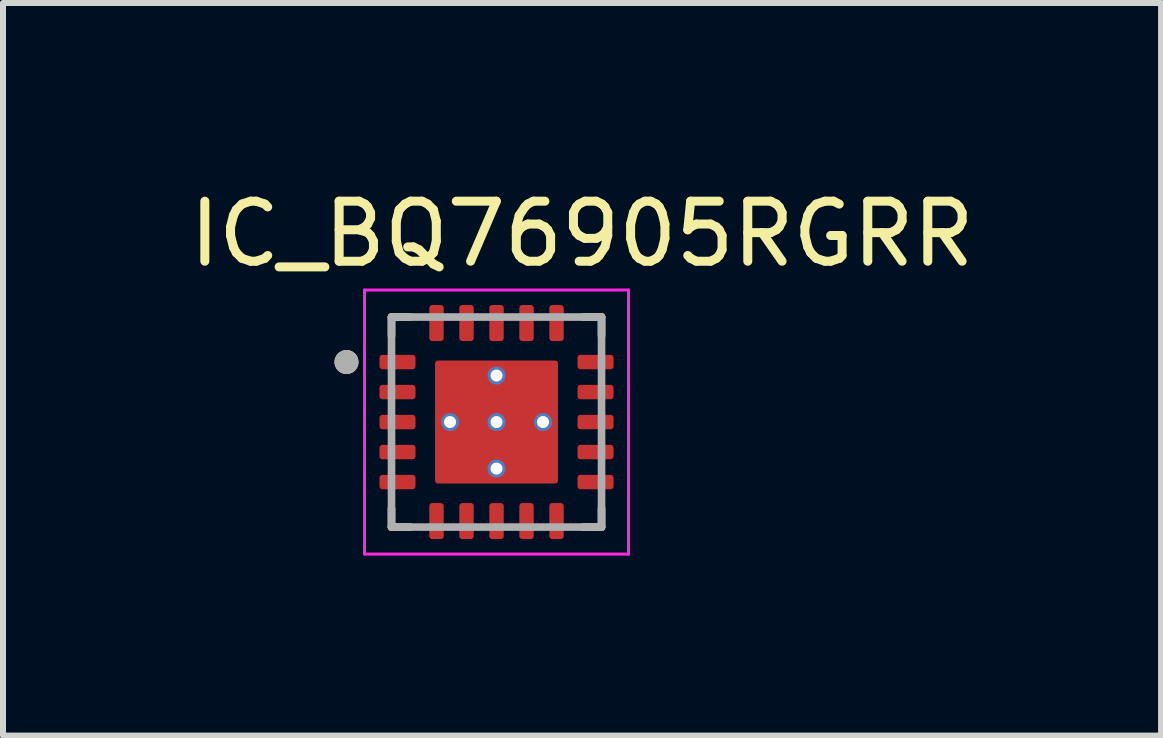
<source format=kicad_pcb>
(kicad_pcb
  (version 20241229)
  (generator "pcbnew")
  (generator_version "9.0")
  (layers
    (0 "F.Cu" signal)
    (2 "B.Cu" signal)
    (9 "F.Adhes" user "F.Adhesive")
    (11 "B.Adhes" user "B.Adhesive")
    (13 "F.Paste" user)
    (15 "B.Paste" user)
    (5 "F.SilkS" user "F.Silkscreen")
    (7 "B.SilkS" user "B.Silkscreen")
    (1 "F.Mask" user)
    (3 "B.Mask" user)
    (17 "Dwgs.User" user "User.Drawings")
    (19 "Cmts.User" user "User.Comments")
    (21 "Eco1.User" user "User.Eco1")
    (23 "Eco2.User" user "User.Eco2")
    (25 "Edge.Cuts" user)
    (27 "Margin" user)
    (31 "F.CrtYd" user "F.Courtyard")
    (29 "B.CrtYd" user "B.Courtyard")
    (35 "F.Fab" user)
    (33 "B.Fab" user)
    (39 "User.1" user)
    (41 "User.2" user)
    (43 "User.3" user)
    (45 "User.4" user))
  (footprint "IC_BQ76905RGRR"
    (layer "F.Cu")
    (at 5.224 3.983)
    (property "Reference" "IC_BQ76905RGRR" (at 1.425 -3.135 0) (layer "F.SilkS") (effects (font (size 1 1) (thickness 0.15))))
    (attr smd)
    (fp_poly (pts (xy -1.9 -1.19) (xy -1.4 -1.19) (xy -1.394 -1.19) (xy -1.387 -1.189) (xy -1.381 -1.189) (xy -1.375 -1.187) (xy -1.369 -1.186) (xy -1.363 -1.184) (xy -1.357 -1.182) (xy -1.351 -1.18) (xy -1.346 -1.177) (xy -1.34 -1.174) (xy -1.335 -1.171) (xy -1.329 -1.167) (xy -1.324 -1.163) (xy -1.32 -1.159) (xy -1.315 -1.155) (xy -1.311 -1.15) (xy -1.307 -1.146) (xy -1.303 -1.141) (xy -1.299 -1.135) (xy -1.296 -1.13) (xy -1.293 -1.124) (xy -1.29 -1.119) (xy -1.288 -1.113) (xy -1.286 -1.107) (xy -1.284 -1.101) (xy -1.283 -1.095) (xy -1.281 -1.089) (xy -1.281 -1.083) (xy -1.28 -1.076) (xy -1.28 -1.07) (xy -1.28 -0.93) (xy -1.28 -0.924) (xy -1.281 -0.917) (xy -1.281 -0.911) (xy -1.283 -0.905) (xy -1.284 -0.899) (xy -1.286 -0.893) (xy -1.288 -0.887) (xy -1.29 -0.881) (xy -1.293 -0.876) (xy -1.296 -0.87) (xy -1.299 -0.865) (xy -1.303 -0.859) (xy -1.307 -0.854) (xy -1.311 -0.85) (xy -1.315 -0.845) (xy -1.32 -0.841) (xy -1.324 -0.837) (xy -1.329 -0.833) (xy -1.335 -0.829) (xy -1.34 -0.826) (xy -1.346 -0.823) (xy -1.351 -0.82) (xy -1.357 -0.818) (xy -1.363 -0.816) (xy -1.369 -0.814) (xy -1.375 -0.813) (xy -1.381 -0.811) (xy -1.387 -0.811) (xy -1.394 -0.81) (xy -1.4 -0.81) (xy -1.9 -0.81) (xy -1.906 -0.81) (xy -1.913 -0.811) (xy -1.919 -0.811) (xy -1.925 -0.813) (xy -1.931 -0.814) (xy -1.937 -0.816) (xy -1.943 -0.818) (xy -1.949 -0.82) (xy -1.954 -0.823) (xy -1.96 -0.826) (xy -1.965 -0.829) (xy -1.971 -0.833) (xy -1.976 -0.837) (xy -1.98 -0.841) (xy -1.985 -0.845) (xy -1.989 -0.85) (xy -1.993 -0.854) (xy -1.997 -0.859) (xy -2.001 -0.865) (xy -2.004 -0.87) (xy -2.007 -0.876) (xy -2.01 -0.881) (xy -2.012 -0.887) (xy -2.014 -0.893) (xy -2.016 -0.899) (xy -2.017 -0.905) (xy -2.019 -0.911) (xy -2.019 -0.917) (xy -2.02 -0.924) (xy -2.02 -0.93) (xy -2.02 -1.07) (xy -2.02 -1.076) (xy -2.019 -1.083) (xy -2.019 -1.089) (xy -2.017 -1.095) (xy -2.016 -1.101) (xy -2.014 -1.107) (xy -2.012 -1.113) (xy -2.01 -1.119) (xy -2.007 -1.124) (xy -2.004 -1.13) (xy -2.001 -1.135) (xy -1.997 -1.141) (xy -1.993 -1.146) (xy -1.989 -1.15) (xy -1.985 -1.155) (xy -1.98 -1.159) (xy -1.976 -1.163) (xy -1.971 -1.167) (xy -1.965 -1.171) (xy -1.96 -1.174) (xy -1.954 -1.177) (xy -1.949 -1.18) (xy -1.943 -1.182) (xy -1.937 -1.184) (xy -1.931 -1.186) (xy -1.925 -1.187) (xy -1.919 -1.189) (xy -1.913 -1.189) (xy -1.906 -1.19) (xy -1.9 -1.19)) (stroke (width 0.01) (type solid)) (fill yes) (layer "F.Mask"))
    (fp_poly (pts (xy -1.9 -0.69) (xy -1.4 -0.69) (xy -1.394 -0.69) (xy -1.387 -0.689) (xy -1.381 -0.689) (xy -1.375 -0.687) (xy -1.369 -0.686) (xy -1.363 -0.684) (xy -1.357 -0.682) (xy -1.351 -0.68) (xy -1.346 -0.677) (xy -1.34 -0.674) (xy -1.335 -0.671) (xy -1.329 -0.667) (xy -1.324 -0.663) (xy -1.32 -0.659) (xy -1.315 -0.655) (xy -1.311 -0.65) (xy -1.307 -0.646) (xy -1.303 -0.641) (xy -1.299 -0.635) (xy -1.296 -0.63) (xy -1.293 -0.624) (xy -1.29 -0.619) (xy -1.288 -0.613) (xy -1.286 -0.607) (xy -1.284 -0.601) (xy -1.283 -0.595) (xy -1.281 -0.589) (xy -1.281 -0.583) (xy -1.28 -0.576) (xy -1.28 -0.57) (xy -1.28 -0.43) (xy -1.28 -0.424) (xy -1.281 -0.417) (xy -1.281 -0.411) (xy -1.283 -0.405) (xy -1.284 -0.399) (xy -1.286 -0.393) (xy -1.288 -0.387) (xy -1.29 -0.381) (xy -1.293 -0.376) (xy -1.296 -0.37) (xy -1.299 -0.365) (xy -1.303 -0.359) (xy -1.307 -0.354) (xy -1.311 -0.35) (xy -1.315 -0.345) (xy -1.32 -0.341) (xy -1.324 -0.337) (xy -1.329 -0.333) (xy -1.335 -0.329) (xy -1.34 -0.326) (xy -1.346 -0.323) (xy -1.351 -0.32) (xy -1.357 -0.318) (xy -1.363 -0.316) (xy -1.369 -0.314) (xy -1.375 -0.313) (xy -1.381 -0.311) (xy -1.387 -0.311) (xy -1.394 -0.31) (xy -1.4 -0.31) (xy -1.9 -0.31) (xy -1.906 -0.31) (xy -1.913 -0.311) (xy -1.919 -0.311) (xy -1.925 -0.313) (xy -1.931 -0.314) (xy -1.937 -0.316) (xy -1.943 -0.318) (xy -1.949 -0.32) (xy -1.954 -0.323) (xy -1.96 -0.326) (xy -1.965 -0.329) (xy -1.971 -0.333) (xy -1.976 -0.337) (xy -1.98 -0.341) (xy -1.985 -0.345) (xy -1.989 -0.35) (xy -1.993 -0.354) (xy -1.997 -0.359) (xy -2.001 -0.365) (xy -2.004 -0.37) (xy -2.007 -0.376) (xy -2.01 -0.381) (xy -2.012 -0.387) (xy -2.014 -0.393) (xy -2.016 -0.399) (xy -2.017 -0.405) (xy -2.019 -0.411) (xy -2.019 -0.417) (xy -2.02 -0.424) (xy -2.02 -0.43) (xy -2.02 -0.57) (xy -2.02 -0.576) (xy -2.019 -0.583) (xy -2.019 -0.589) (xy -2.017 -0.595) (xy -2.016 -0.601) (xy -2.014 -0.607) (xy -2.012 -0.613) (xy -2.01 -0.619) (xy -2.007 -0.624) (xy -2.004 -0.63) (xy -2.001 -0.635) (xy -1.997 -0.641) (xy -1.993 -0.646) (xy -1.989 -0.65) (xy -1.985 -0.655) (xy -1.98 -0.659) (xy -1.976 -0.663) (xy -1.971 -0.667) (xy -1.965 -0.671) (xy -1.96 -0.674) (xy -1.954 -0.677) (xy -1.949 -0.68) (xy -1.943 -0.682) (xy -1.937 -0.684) (xy -1.931 -0.686) (xy -1.925 -0.687) (xy -1.919 -0.689) (xy -1.913 -0.689) (xy -1.906 -0.69) (xy -1.9 -0.69)) (stroke (width 0.01) (type solid)) (fill yes) (layer "F.Mask"))
    (fp_poly (pts (xy -1.9 -0.19) (xy -1.4 -0.19) (xy -1.394 -0.19) (xy -1.387 -0.189) (xy -1.381 -0.189) (xy -1.375 -0.187) (xy -1.369 -0.186) (xy -1.363 -0.184) (xy -1.357 -0.182) (xy -1.351 -0.18) (xy -1.346 -0.177) (xy -1.34 -0.174) (xy -1.335 -0.171) (xy -1.329 -0.167) (xy -1.324 -0.163) (xy -1.32 -0.159) (xy -1.315 -0.155) (xy -1.311 -0.15) (xy -1.307 -0.146) (xy -1.303 -0.141) (xy -1.299 -0.135) (xy -1.296 -0.13) (xy -1.293 -0.124) (xy -1.29 -0.119) (xy -1.288 -0.113) (xy -1.286 -0.107) (xy -1.284 -0.101) (xy -1.283 -0.095) (xy -1.281 -0.089) (xy -1.281 -0.083) (xy -1.28 -0.076) (xy -1.28 -0.07) (xy -1.28 0.07) (xy -1.28 0.076) (xy -1.281 0.083) (xy -1.281 0.089) (xy -1.283 0.095) (xy -1.284 0.101) (xy -1.286 0.107) (xy -1.288 0.113) (xy -1.29 0.119) (xy -1.293 0.124) (xy -1.296 0.13) (xy -1.299 0.135) (xy -1.303 0.141) (xy -1.307 0.146) (xy -1.311 0.15) (xy -1.315 0.155) (xy -1.32 0.159) (xy -1.324 0.163) (xy -1.329 0.167) (xy -1.335 0.171) (xy -1.34 0.174) (xy -1.346 0.177) (xy -1.351 0.18) (xy -1.357 0.182) (xy -1.363 0.184) (xy -1.369 0.186) (xy -1.375 0.187) (xy -1.381 0.189) (xy -1.387 0.189) (xy -1.394 0.19) (xy -1.4 0.19) (xy -1.9 0.19) (xy -1.906 0.19) (xy -1.913 0.189) (xy -1.919 0.189) (xy -1.925 0.187) (xy -1.931 0.186) (xy -1.937 0.184) (xy -1.943 0.182) (xy -1.949 0.18) (xy -1.954 0.177) (xy -1.96 0.174) (xy -1.965 0.171) (xy -1.971 0.167) (xy -1.976 0.163) (xy -1.98 0.159) (xy -1.985 0.155) (xy -1.989 0.15) (xy -1.993 0.146) (xy -1.997 0.141) (xy -2.001 0.135) (xy -2.004 0.13) (xy -2.007 0.124) (xy -2.01 0.119) (xy -2.012 0.113) (xy -2.014 0.107) (xy -2.016 0.101) (xy -2.017 0.095) (xy -2.019 0.089) (xy -2.019 0.083) (xy -2.02 0.076) (xy -2.02 0.07) (xy -2.02 -0.07) (xy -2.02 -0.076) (xy -2.019 -0.083) (xy -2.019 -0.089) (xy -2.017 -0.095) (xy -2.016 -0.101) (xy -2.014 -0.107) (xy -2.012 -0.113) (xy -2.01 -0.119) (xy -2.007 -0.124) (xy -2.004 -0.13) (xy -2.001 -0.135) (xy -1.997 -0.141) (xy -1.993 -0.146) (xy -1.989 -0.15) (xy -1.985 -0.155) (xy -1.98 -0.159) (xy -1.976 -0.163) (xy -1.971 -0.167) (xy -1.965 -0.171) (xy -1.96 -0.174) (xy -1.954 -0.177) (xy -1.949 -0.18) (xy -1.943 -0.182) (xy -1.937 -0.184) (xy -1.931 -0.186) (xy -1.925 -0.187) (xy -1.919 -0.189) (xy -1.913 -0.189) (xy -1.906 -0.19) (xy -1.9 -0.19)) (stroke (width 0.01) (type solid)) (fill yes) (layer "F.Mask"))
    (fp_poly (pts (xy -1.9 0.31) (xy -1.4 0.31) (xy -1.394 0.31) (xy -1.387 0.311) (xy -1.381 0.311) (xy -1.375 0.313) (xy -1.369 0.314) (xy -1.363 0.316) (xy -1.357 0.318) (xy -1.351 0.32) (xy -1.346 0.323) (xy -1.34 0.326) (xy -1.335 0.329) (xy -1.329 0.333) (xy -1.324 0.337) (xy -1.32 0.341) (xy -1.315 0.345) (xy -1.311 0.35) (xy -1.307 0.354) (xy -1.303 0.359) (xy -1.299 0.365) (xy -1.296 0.37) (xy -1.293 0.376) (xy -1.29 0.381) (xy -1.288 0.387) (xy -1.286 0.393) (xy -1.284 0.399) (xy -1.283 0.405) (xy -1.281 0.411) (xy -1.281 0.417) (xy -1.28 0.424) (xy -1.28 0.43) (xy -1.28 0.57) (xy -1.28 0.576) (xy -1.281 0.583) (xy -1.281 0.589) (xy -1.283 0.595) (xy -1.284 0.601) (xy -1.286 0.607) (xy -1.288 0.613) (xy -1.29 0.619) (xy -1.293 0.624) (xy -1.296 0.63) (xy -1.299 0.635) (xy -1.303 0.641) (xy -1.307 0.646) (xy -1.311 0.65) (xy -1.315 0.655) (xy -1.32 0.659) (xy -1.324 0.663) (xy -1.329 0.667) (xy -1.335 0.671) (xy -1.34 0.674) (xy -1.346 0.677) (xy -1.351 0.68) (xy -1.357 0.682) (xy -1.363 0.684) (xy -1.369 0.686) (xy -1.375 0.687) (xy -1.381 0.689) (xy -1.387 0.689) (xy -1.394 0.69) (xy -1.4 0.69) (xy -1.9 0.69) (xy -1.906 0.69) (xy -1.913 0.689) (xy -1.919 0.689) (xy -1.925 0.687) (xy -1.931 0.686) (xy -1.937 0.684) (xy -1.943 0.682) (xy -1.949 0.68) (xy -1.954 0.677) (xy -1.96 0.674) (xy -1.965 0.671) (xy -1.971 0.667) (xy -1.976 0.663) (xy -1.98 0.659) (xy -1.985 0.655) (xy -1.989 0.65) (xy -1.993 0.646) (xy -1.997 0.641) (xy -2.001 0.635) (xy -2.004 0.63) (xy -2.007 0.624) (xy -2.01 0.619) (xy -2.012 0.613) (xy -2.014 0.607) (xy -2.016 0.601) (xy -2.017 0.595) (xy -2.019 0.589) (xy -2.019 0.583) (xy -2.02 0.576) (xy -2.02 0.57) (xy -2.02 0.43) (xy -2.02 0.424) (xy -2.019 0.417) (xy -2.019 0.411) (xy -2.017 0.405) (xy -2.016 0.399) (xy -2.014 0.393) (xy -2.012 0.387) (xy -2.01 0.381) (xy -2.007 0.376) (xy -2.004 0.37) (xy -2.001 0.365) (xy -1.997 0.359) (xy -1.993 0.354) (xy -1.989 0.35) (xy -1.985 0.345) (xy -1.98 0.341) (xy -1.976 0.337) (xy -1.971 0.333) (xy -1.965 0.329) (xy -1.96 0.326) (xy -1.954 0.323) (xy -1.949 0.32) (xy -1.943 0.318) (xy -1.937 0.316) (xy -1.931 0.314) (xy -1.925 0.313) (xy -1.919 0.311) (xy -1.913 0.311) (xy -1.906 0.31) (xy -1.9 0.31)) (stroke (width 0.01) (type solid)) (fill yes) (layer "F.Mask"))
    (fp_poly (pts (xy -1.9 0.81) (xy -1.4 0.81) (xy -1.394 0.81) (xy -1.387 0.811) (xy -1.381 0.811) (xy -1.375 0.813) (xy -1.369 0.814) (xy -1.363 0.816) (xy -1.357 0.818) (xy -1.351 0.82) (xy -1.346 0.823) (xy -1.34 0.826) (xy -1.335 0.829) (xy -1.329 0.833) (xy -1.324 0.837) (xy -1.32 0.841) (xy -1.315 0.845) (xy -1.311 0.85) (xy -1.307 0.854) (xy -1.303 0.859) (xy -1.299 0.865) (xy -1.296 0.87) (xy -1.293 0.876) (xy -1.29 0.881) (xy -1.288 0.887) (xy -1.286 0.893) (xy -1.284 0.899) (xy -1.283 0.905) (xy -1.281 0.911) (xy -1.281 0.917) (xy -1.28 0.924) (xy -1.28 0.93) (xy -1.28 1.07) (xy -1.28 1.076) (xy -1.281 1.083) (xy -1.281 1.089) (xy -1.283 1.095) (xy -1.284 1.101) (xy -1.286 1.107) (xy -1.288 1.113) (xy -1.29 1.119) (xy -1.293 1.124) (xy -1.296 1.13) (xy -1.299 1.135) (xy -1.303 1.141) (xy -1.307 1.146) (xy -1.311 1.15) (xy -1.315 1.155) (xy -1.32 1.159) (xy -1.324 1.163) (xy -1.329 1.167) (xy -1.335 1.171) (xy -1.34 1.174) (xy -1.346 1.177) (xy -1.351 1.18) (xy -1.357 1.182) (xy -1.363 1.184) (xy -1.369 1.186) (xy -1.375 1.187) (xy -1.381 1.189) (xy -1.387 1.189) (xy -1.394 1.19) (xy -1.4 1.19) (xy -1.9 1.19) (xy -1.906 1.19) (xy -1.913 1.189) (xy -1.919 1.189) (xy -1.925 1.187) (xy -1.931 1.186) (xy -1.937 1.184) (xy -1.943 1.182) (xy -1.949 1.18) (xy -1.954 1.177) (xy -1.96 1.174) (xy -1.965 1.171) (xy -1.971 1.167) (xy -1.976 1.163) (xy -1.98 1.159) (xy -1.985 1.155) (xy -1.989 1.15) (xy -1.993 1.146) (xy -1.997 1.141) (xy -2.001 1.135) (xy -2.004 1.13) (xy -2.007 1.124) (xy -2.01 1.119) (xy -2.012 1.113) (xy -2.014 1.107) (xy -2.016 1.101) (xy -2.017 1.095) (xy -2.019 1.089) (xy -2.019 1.083) (xy -2.02 1.076) (xy -2.02 1.07) (xy -2.02 0.93) (xy -2.02 0.924) (xy -2.019 0.917) (xy -2.019 0.911) (xy -2.017 0.905) (xy -2.016 0.899) (xy -2.014 0.893) (xy -2.012 0.887) (xy -2.01 0.881) (xy -2.007 0.876) (xy -2.004 0.87) (xy -2.001 0.865) (xy -1.997 0.859) (xy -1.993 0.854) (xy -1.989 0.85) (xy -1.985 0.845) (xy -1.98 0.841) (xy -1.976 0.837) (xy -1.971 0.833) (xy -1.965 0.829) (xy -1.96 0.826) (xy -1.954 0.823) (xy -1.949 0.82) (xy -1.943 0.818) (xy -1.937 0.816) (xy -1.931 0.814) (xy -1.925 0.813) (xy -1.919 0.811) (xy -1.913 0.811) (xy -1.906 0.81) (xy -1.9 0.81)) (stroke (width 0.01) (type solid)) (fill yes) (layer "F.Mask"))
    (fp_poly (pts (xy -1.19 1.9) (xy -1.19 1.4) (xy -1.19 1.394) (xy -1.189 1.387) (xy -1.189 1.381) (xy -1.187 1.375) (xy -1.186 1.369) (xy -1.184 1.363) (xy -1.182 1.357) (xy -1.18 1.351) (xy -1.177 1.346) (xy -1.174 1.34) (xy -1.171 1.335) (xy -1.167 1.329) (xy -1.163 1.324) (xy -1.159 1.32) (xy -1.155 1.315) (xy -1.15 1.311) (xy -1.146 1.307) (xy -1.141 1.303) (xy -1.135 1.299) (xy -1.13 1.296) (xy -1.124 1.293) (xy -1.119 1.29) (xy -1.113 1.288) (xy -1.107 1.286) (xy -1.101 1.284) (xy -1.095 1.283) (xy -1.089 1.281) (xy -1.083 1.281) (xy -1.076 1.28) (xy -1.07 1.28) (xy -0.93 1.28) (xy -0.924 1.28) (xy -0.917 1.281) (xy -0.911 1.281) (xy -0.905 1.283) (xy -0.899 1.284) (xy -0.893 1.286) (xy -0.887 1.288) (xy -0.881 1.29) (xy -0.876 1.293) (xy -0.87 1.296) (xy -0.865 1.299) (xy -0.859 1.303) (xy -0.854 1.307) (xy -0.85 1.311) (xy -0.845 1.315) (xy -0.841 1.32) (xy -0.837 1.324) (xy -0.833 1.329) (xy -0.829 1.335) (xy -0.826 1.34) (xy -0.823 1.346) (xy -0.82 1.351) (xy -0.818 1.357) (xy -0.816 1.363) (xy -0.814 1.369) (xy -0.813 1.375) (xy -0.811 1.381) (xy -0.811 1.387) (xy -0.81 1.394) (xy -0.81 1.4) (xy -0.81 1.9) (xy -0.81 1.906) (xy -0.811 1.913) (xy -0.811 1.919) (xy -0.813 1.925) (xy -0.814 1.931) (xy -0.816 1.937) (xy -0.818 1.943) (xy -0.82 1.949) (xy -0.823 1.954) (xy -0.826 1.96) (xy -0.829 1.965) (xy -0.833 1.971) (xy -0.837 1.976) (xy -0.841 1.98) (xy -0.845 1.985) (xy -0.85 1.989) (xy -0.854 1.993) (xy -0.859 1.997) (xy -0.865 2.001) (xy -0.87 2.004) (xy -0.876 2.007) (xy -0.881 2.01) (xy -0.887 2.012) (xy -0.893 2.014) (xy -0.899 2.016) (xy -0.905 2.017) (xy -0.911 2.019) (xy -0.917 2.019) (xy -0.924 2.02) (xy -0.93 2.02) (xy -1.07 2.02) (xy -1.076 2.02) (xy -1.083 2.019) (xy -1.089 2.019) (xy -1.095 2.017) (xy -1.101 2.016) (xy -1.107 2.014) (xy -1.113 2.012) (xy -1.119 2.01) (xy -1.124 2.007) (xy -1.13 2.004) (xy -1.135 2.001) (xy -1.141 1.997) (xy -1.146 1.993) (xy -1.15 1.989) (xy -1.155 1.985) (xy -1.159 1.98) (xy -1.163 1.976) (xy -1.167 1.971) (xy -1.171 1.965) (xy -1.174 1.96) (xy -1.177 1.954) (xy -1.18 1.949) (xy -1.182 1.943) (xy -1.184 1.937) (xy -1.186 1.931) (xy -1.187 1.925) (xy -1.189 1.919) (xy -1.189 1.913) (xy -1.19 1.906) (xy -1.19 1.9)) (stroke (width 0.01) (type solid)) (fill yes) (layer "F.Mask"))
    (fp_poly (pts (xy -0.81 -1.9) (xy -0.81 -1.4) (xy -0.81 -1.394) (xy -0.811 -1.387) (xy -0.811 -1.381) (xy -0.813 -1.375) (xy -0.814 -1.369) (xy -0.816 -1.363) (xy -0.818 -1.357) (xy -0.82 -1.351) (xy -0.823 -1.346) (xy -0.826 -1.34) (xy -0.829 -1.335) (xy -0.833 -1.329) (xy -0.837 -1.324) (xy -0.841 -1.32) (xy -0.845 -1.315) (xy -0.85 -1.311) (xy -0.854 -1.307) (xy -0.859 -1.303) (xy -0.865 -1.299) (xy -0.87 -1.296) (xy -0.876 -1.293) (xy -0.881 -1.29) (xy -0.887 -1.288) (xy -0.893 -1.286) (xy -0.899 -1.284) (xy -0.905 -1.283) (xy -0.911 -1.281) (xy -0.917 -1.281) (xy -0.924 -1.28) (xy -0.93 -1.28) (xy -1.07 -1.28) (xy -1.076 -1.28) (xy -1.083 -1.281) (xy -1.089 -1.281) (xy -1.095 -1.283) (xy -1.101 -1.284) (xy -1.107 -1.286) (xy -1.113 -1.288) (xy -1.119 -1.29) (xy -1.124 -1.293) (xy -1.13 -1.296) (xy -1.135 -1.299) (xy -1.141 -1.303) (xy -1.146 -1.307) (xy -1.15 -1.311) (xy -1.155 -1.315) (xy -1.159 -1.32) (xy -1.163 -1.324) (xy -1.167 -1.329) (xy -1.171 -1.335) (xy -1.174 -1.34) (xy -1.177 -1.346) (xy -1.18 -1.351) (xy -1.182 -1.357) (xy -1.184 -1.363) (xy -1.186 -1.369) (xy -1.187 -1.375) (xy -1.189 -1.381) (xy -1.189 -1.387) (xy -1.19 -1.394) (xy -1.19 -1.4) (xy -1.19 -1.9) (xy -1.19 -1.906) (xy -1.189 -1.913) (xy -1.189 -1.919) (xy -1.187 -1.925) (xy -1.186 -1.931) (xy -1.184 -1.937) (xy -1.182 -1.943) (xy -1.18 -1.949) (xy -1.177 -1.954) (xy -1.174 -1.96) (xy -1.171 -1.965) (xy -1.167 -1.971) (xy -1.163 -1.976) (xy -1.159 -1.98) (xy -1.155 -1.985) (xy -1.15 -1.989) (xy -1.146 -1.993) (xy -1.141 -1.997) (xy -1.135 -2.001) (xy -1.13 -2.004) (xy -1.124 -2.007) (xy -1.119 -2.01) (xy -1.113 -2.012) (xy -1.107 -2.014) (xy -1.101 -2.016) (xy -1.095 -2.017) (xy -1.089 -2.019) (xy -1.083 -2.019) (xy -1.076 -2.02) (xy -1.07 -2.02) (xy -0.93 -2.02) (xy -0.924 -2.02) (xy -0.917 -2.019) (xy -0.911 -2.019) (xy -0.905 -2.017) (xy -0.899 -2.016) (xy -0.893 -2.014) (xy -0.887 -2.012) (xy -0.881 -2.01) (xy -0.876 -2.007) (xy -0.87 -2.004) (xy -0.865 -2.001) (xy -0.859 -1.997) (xy -0.854 -1.993) (xy -0.85 -1.989) (xy -0.845 -1.985) (xy -0.841 -1.98) (xy -0.837 -1.976) (xy -0.833 -1.971) (xy -0.829 -1.965) (xy -0.826 -1.96) (xy -0.823 -1.954) (xy -0.82 -1.949) (xy -0.818 -1.943) (xy -0.816 -1.937) (xy -0.814 -1.931) (xy -0.813 -1.925) (xy -0.811 -1.919) (xy -0.811 -1.913) (xy -0.81 -1.906) (xy -0.81 -1.9)) (stroke (width 0.01) (type solid)) (fill yes) (layer "F.Mask"))
    (fp_poly (pts (xy -0.69 1.9) (xy -0.69 1.4) (xy -0.69 1.394) (xy -0.689 1.387) (xy -0.689 1.381) (xy -0.687 1.375) (xy -0.686 1.369) (xy -0.684 1.363) (xy -0.682 1.357) (xy -0.68 1.351) (xy -0.677 1.346) (xy -0.674 1.34) (xy -0.671 1.335) (xy -0.667 1.329) (xy -0.663 1.324) (xy -0.659 1.32) (xy -0.655 1.315) (xy -0.65 1.311) (xy -0.646 1.307) (xy -0.641 1.303) (xy -0.635 1.299) (xy -0.63 1.296) (xy -0.624 1.293) (xy -0.619 1.29) (xy -0.613 1.288) (xy -0.607 1.286) (xy -0.601 1.284) (xy -0.595 1.283) (xy -0.589 1.281) (xy -0.583 1.281) (xy -0.576 1.28) (xy -0.57 1.28) (xy -0.43 1.28) (xy -0.424 1.28) (xy -0.417 1.281) (xy -0.411 1.281) (xy -0.405 1.283) (xy -0.399 1.284) (xy -0.393 1.286) (xy -0.387 1.288) (xy -0.381 1.29) (xy -0.376 1.293) (xy -0.37 1.296) (xy -0.365 1.299) (xy -0.359 1.303) (xy -0.354 1.307) (xy -0.35 1.311) (xy -0.345 1.315) (xy -0.341 1.32) (xy -0.337 1.324) (xy -0.333 1.329) (xy -0.329 1.335) (xy -0.326 1.34) (xy -0.323 1.346) (xy -0.32 1.351) (xy -0.318 1.357) (xy -0.316 1.363) (xy -0.314 1.369) (xy -0.313 1.375) (xy -0.311 1.381) (xy -0.311 1.387) (xy -0.31 1.394) (xy -0.31 1.4) (xy -0.31 1.9) (xy -0.31 1.906) (xy -0.311 1.913) (xy -0.311 1.919) (xy -0.313 1.925) (xy -0.314 1.931) (xy -0.316 1.937) (xy -0.318 1.943) (xy -0.32 1.949) (xy -0.323 1.954) (xy -0.326 1.96) (xy -0.329 1.965) (xy -0.333 1.971) (xy -0.337 1.976) (xy -0.341 1.98) (xy -0.345 1.985) (xy -0.35 1.989) (xy -0.354 1.993) (xy -0.359 1.997) (xy -0.365 2.001) (xy -0.37 2.004) (xy -0.376 2.007) (xy -0.381 2.01) (xy -0.387 2.012) (xy -0.393 2.014) (xy -0.399 2.016) (xy -0.405 2.017) (xy -0.411 2.019) (xy -0.417 2.019) (xy -0.424 2.02) (xy -0.43 2.02) (xy -0.57 2.02) (xy -0.576 2.02) (xy -0.583 2.019) (xy -0.589 2.019) (xy -0.595 2.017) (xy -0.601 2.016) (xy -0.607 2.014) (xy -0.613 2.012) (xy -0.619 2.01) (xy -0.624 2.007) (xy -0.63 2.004) (xy -0.635 2.001) (xy -0.641 1.997) (xy -0.646 1.993) (xy -0.65 1.989) (xy -0.655 1.985) (xy -0.659 1.98) (xy -0.663 1.976) (xy -0.667 1.971) (xy -0.671 1.965) (xy -0.674 1.96) (xy -0.677 1.954) (xy -0.68 1.949) (xy -0.682 1.943) (xy -0.684 1.937) (xy -0.686 1.931) (xy -0.687 1.925) (xy -0.689 1.919) (xy -0.689 1.913) (xy -0.69 1.906) (xy -0.69 1.9)) (stroke (width 0.01) (type solid)) (fill yes) (layer "F.Mask"))
    (fp_poly (pts (xy -0.31 -1.9) (xy -0.31 -1.4) (xy -0.31 -1.394) (xy -0.311 -1.387) (xy -0.311 -1.381) (xy -0.313 -1.375) (xy -0.314 -1.369) (xy -0.316 -1.363) (xy -0.318 -1.357) (xy -0.32 -1.351) (xy -0.323 -1.346) (xy -0.326 -1.34) (xy -0.329 -1.335) (xy -0.333 -1.329) (xy -0.337 -1.324) (xy -0.341 -1.32) (xy -0.345 -1.315) (xy -0.35 -1.311) (xy -0.354 -1.307) (xy -0.359 -1.303) (xy -0.365 -1.299) (xy -0.37 -1.296) (xy -0.376 -1.293) (xy -0.381 -1.29) (xy -0.387 -1.288) (xy -0.393 -1.286) (xy -0.399 -1.284) (xy -0.405 -1.283) (xy -0.411 -1.281) (xy -0.417 -1.281) (xy -0.424 -1.28) (xy -0.43 -1.28) (xy -0.57 -1.28) (xy -0.576 -1.28) (xy -0.583 -1.281) (xy -0.589 -1.281) (xy -0.595 -1.283) (xy -0.601 -1.284) (xy -0.607 -1.286) (xy -0.613 -1.288) (xy -0.619 -1.29) (xy -0.624 -1.293) (xy -0.63 -1.296) (xy -0.635 -1.299) (xy -0.641 -1.303) (xy -0.646 -1.307) (xy -0.65 -1.311) (xy -0.655 -1.315) (xy -0.659 -1.32) (xy -0.663 -1.324) (xy -0.667 -1.329) (xy -0.671 -1.335) (xy -0.674 -1.34) (xy -0.677 -1.346) (xy -0.68 -1.351) (xy -0.682 -1.357) (xy -0.684 -1.363) (xy -0.686 -1.369) (xy -0.687 -1.375) (xy -0.689 -1.381) (xy -0.689 -1.387) (xy -0.69 -1.394) (xy -0.69 -1.4) (xy -0.69 -1.9) (xy -0.69 -1.906) (xy -0.689 -1.913) (xy -0.689 -1.919) (xy -0.687 -1.925) (xy -0.686 -1.931) (xy -0.684 -1.937) (xy -0.682 -1.943) (xy -0.68 -1.949) (xy -0.677 -1.954) (xy -0.674 -1.96) (xy -0.671 -1.965) (xy -0.667 -1.971) (xy -0.663 -1.976) (xy -0.659 -1.98) (xy -0.655 -1.985) (xy -0.65 -1.989) (xy -0.646 -1.993) (xy -0.641 -1.997) (xy -0.635 -2.001) (xy -0.63 -2.004) (xy -0.624 -2.007) (xy -0.619 -2.01) (xy -0.613 -2.012) (xy -0.607 -2.014) (xy -0.601 -2.016) (xy -0.595 -2.017) (xy -0.589 -2.019) (xy -0.583 -2.019) (xy -0.576 -2.02) (xy -0.57 -2.02) (xy -0.43 -2.02) (xy -0.424 -2.02) (xy -0.417 -2.019) (xy -0.411 -2.019) (xy -0.405 -2.017) (xy -0.399 -2.016) (xy -0.393 -2.014) (xy -0.387 -2.012) (xy -0.381 -2.01) (xy -0.376 -2.007) (xy -0.37 -2.004) (xy -0.365 -2.001) (xy -0.359 -1.997) (xy -0.354 -1.993) (xy -0.35 -1.989) (xy -0.345 -1.985) (xy -0.341 -1.98) (xy -0.337 -1.976) (xy -0.333 -1.971) (xy -0.329 -1.965) (xy -0.326 -1.96) (xy -0.323 -1.954) (xy -0.32 -1.949) (xy -0.318 -1.943) (xy -0.316 -1.937) (xy -0.314 -1.931) (xy -0.313 -1.925) (xy -0.311 -1.919) (xy -0.311 -1.913) (xy -0.31 -1.906) (xy -0.31 -1.9)) (stroke (width 0.01) (type solid)) (fill yes) (layer "F.Mask"))
    (fp_poly (pts (xy -0.19 1.9) (xy -0.19 1.4) (xy -0.19 1.394) (xy -0.189 1.387) (xy -0.189 1.381) (xy -0.187 1.375) (xy -0.186 1.369) (xy -0.184 1.363) (xy -0.182 1.357) (xy -0.18 1.351) (xy -0.177 1.346) (xy -0.174 1.34) (xy -0.171 1.335) (xy -0.167 1.329) (xy -0.163 1.324) (xy -0.159 1.32) (xy -0.155 1.315) (xy -0.15 1.311) (xy -0.146 1.307) (xy -0.141 1.303) (xy -0.135 1.299) (xy -0.13 1.296) (xy -0.124 1.293) (xy -0.119 1.29) (xy -0.113 1.288) (xy -0.107 1.286) (xy -0.101 1.284) (xy -0.095 1.283) (xy -0.089 1.281) (xy -0.083 1.281) (xy -0.076 1.28) (xy -0.07 1.28) (xy 0.07 1.28) (xy 0.076 1.28) (xy 0.083 1.281) (xy 0.089 1.281) (xy 0.095 1.283) (xy 0.101 1.284) (xy 0.107 1.286) (xy 0.113 1.288) (xy 0.119 1.29) (xy 0.124 1.293) (xy 0.13 1.296) (xy 0.135 1.299) (xy 0.141 1.303) (xy 0.146 1.307) (xy 0.15 1.311) (xy 0.155 1.315) (xy 0.159 1.32) (xy 0.163 1.324) (xy 0.167 1.329) (xy 0.171 1.335) (xy 0.174 1.34) (xy 0.177 1.346) (xy 0.18 1.351) (xy 0.182 1.357) (xy 0.184 1.363) (xy 0.186 1.369) (xy 0.187 1.375) (xy 0.189 1.381) (xy 0.189 1.387) (xy 0.19 1.394) (xy 0.19 1.4) (xy 0.19 1.9) (xy 0.19 1.906) (xy 0.189 1.913) (xy 0.189 1.919) (xy 0.187 1.925) (xy 0.186 1.931) (xy 0.184 1.937) (xy 0.182 1.943) (xy 0.18 1.949) (xy 0.177 1.954) (xy 0.174 1.96) (xy 0.171 1.965) (xy 0.167 1.971) (xy 0.163 1.976) (xy 0.159 1.98) (xy 0.155 1.985) (xy 0.15 1.989) (xy 0.146 1.993) (xy 0.141 1.997) (xy 0.135 2.001) (xy 0.13 2.004) (xy 0.124 2.007) (xy 0.119 2.01) (xy 0.113 2.012) (xy 0.107 2.014) (xy 0.101 2.016) (xy 0.095 2.017) (xy 0.089 2.019) (xy 0.083 2.019) (xy 0.076 2.02) (xy 0.07 2.02) (xy -0.07 2.02) (xy -0.076 2.02) (xy -0.083 2.019) (xy -0.089 2.019) (xy -0.095 2.017) (xy -0.101 2.016) (xy -0.107 2.014) (xy -0.113 2.012) (xy -0.119 2.01) (xy -0.124 2.007) (xy -0.13 2.004) (xy -0.135 2.001) (xy -0.141 1.997) (xy -0.146 1.993) (xy -0.15 1.989) (xy -0.155 1.985) (xy -0.159 1.98) (xy -0.163 1.976) (xy -0.167 1.971) (xy -0.171 1.965) (xy -0.174 1.96) (xy -0.177 1.954) (xy -0.18 1.949) (xy -0.182 1.943) (xy -0.184 1.937) (xy -0.186 1.931) (xy -0.187 1.925) (xy -0.189 1.919) (xy -0.189 1.913) (xy -0.19 1.906) (xy -0.19 1.9)) (stroke (width 0.01) (type solid)) (fill yes) (layer "F.Mask"))
    (fp_poly (pts (xy 0.19 -1.9) (xy 0.19 -1.4) (xy 0.19 -1.394) (xy 0.189 -1.387) (xy 0.189 -1.381) (xy 0.187 -1.375) (xy 0.186 -1.369) (xy 0.184 -1.363) (xy 0.182 -1.357) (xy 0.18 -1.351) (xy 0.177 -1.346) (xy 0.174 -1.34) (xy 0.171 -1.335) (xy 0.167 -1.329) (xy 0.163 -1.324) (xy 0.159 -1.32) (xy 0.155 -1.315) (xy 0.15 -1.311) (xy 0.146 -1.307) (xy 0.141 -1.303) (xy 0.135 -1.299) (xy 0.13 -1.296) (xy 0.124 -1.293) (xy 0.119 -1.29) (xy 0.113 -1.288) (xy 0.107 -1.286) (xy 0.101 -1.284) (xy 0.095 -1.283) (xy 0.089 -1.281) (xy 0.083 -1.281) (xy 0.076 -1.28) (xy 0.07 -1.28) (xy -0.07 -1.28) (xy -0.076 -1.28) (xy -0.083 -1.281) (xy -0.089 -1.281) (xy -0.095 -1.283) (xy -0.101 -1.284) (xy -0.107 -1.286) (xy -0.113 -1.288) (xy -0.119 -1.29) (xy -0.124 -1.293) (xy -0.13 -1.296) (xy -0.135 -1.299) (xy -0.141 -1.303) (xy -0.146 -1.307) (xy -0.15 -1.311) (xy -0.155 -1.315) (xy -0.159 -1.32) (xy -0.163 -1.324) (xy -0.167 -1.329) (xy -0.171 -1.335) (xy -0.174 -1.34) (xy -0.177 -1.346) (xy -0.18 -1.351) (xy -0.182 -1.357) (xy -0.184 -1.363) (xy -0.186 -1.369) (xy -0.187 -1.375) (xy -0.189 -1.381) (xy -0.189 -1.387) (xy -0.19 -1.394) (xy -0.19 -1.4) (xy -0.19 -1.9) (xy -0.19 -1.906) (xy -0.189 -1.913) (xy -0.189 -1.919) (xy -0.187 -1.925) (xy -0.186 -1.931) (xy -0.184 -1.937) (xy -0.182 -1.943) (xy -0.18 -1.949) (xy -0.177 -1.954) (xy -0.174 -1.96) (xy -0.171 -1.965) (xy -0.167 -1.971) (xy -0.163 -1.976) (xy -0.159 -1.98) (xy -0.155 -1.985) (xy -0.15 -1.989) (xy -0.146 -1.993) (xy -0.141 -1.997) (xy -0.135 -2.001) (xy -0.13 -2.004) (xy -0.124 -2.007) (xy -0.119 -2.01) (xy -0.113 -2.012) (xy -0.107 -2.014) (xy -0.101 -2.016) (xy -0.095 -2.017) (xy -0.089 -2.019) (xy -0.083 -2.019) (xy -0.076 -2.02) (xy -0.07 -2.02) (xy 0.07 -2.02) (xy 0.076 -2.02) (xy 0.083 -2.019) (xy 0.089 -2.019) (xy 0.095 -2.017) (xy 0.101 -2.016) (xy 0.107 -2.014) (xy 0.113 -2.012) (xy 0.119 -2.01) (xy 0.124 -2.007) (xy 0.13 -2.004) (xy 0.135 -2.001) (xy 0.141 -1.997) (xy 0.146 -1.993) (xy 0.15 -1.989) (xy 0.155 -1.985) (xy 0.159 -1.98) (xy 0.163 -1.976) (xy 0.167 -1.971) (xy 0.171 -1.965) (xy 0.174 -1.96) (xy 0.177 -1.954) (xy 0.18 -1.949) (xy 0.182 -1.943) (xy 0.184 -1.937) (xy 0.186 -1.931) (xy 0.187 -1.925) (xy 0.189 -1.919) (xy 0.189 -1.913) (xy 0.19 -1.906) (xy 0.19 -1.9)) (stroke (width 0.01) (type solid)) (fill yes) (layer "F.Mask"))
    (fp_poly (pts (xy 0.31 1.9) (xy 0.31 1.4) (xy 0.31 1.394) (xy 0.311 1.387) (xy 0.311 1.381) (xy 0.313 1.375) (xy 0.314 1.369) (xy 0.316 1.363) (xy 0.318 1.357) (xy 0.32 1.351) (xy 0.323 1.346) (xy 0.326 1.34) (xy 0.329 1.335) (xy 0.333 1.329) (xy 0.337 1.324) (xy 0.341 1.32) (xy 0.345 1.315) (xy 0.35 1.311) (xy 0.354 1.307) (xy 0.359 1.303) (xy 0.365 1.299) (xy 0.37 1.296) (xy 0.376 1.293) (xy 0.381 1.29) (xy 0.387 1.288) (xy 0.393 1.286) (xy 0.399 1.284) (xy 0.405 1.283) (xy 0.411 1.281) (xy 0.417 1.281) (xy 0.424 1.28) (xy 0.43 1.28) (xy 0.57 1.28) (xy 0.576 1.28) (xy 0.583 1.281) (xy 0.589 1.281) (xy 0.595 1.283) (xy 0.601 1.284) (xy 0.607 1.286) (xy 0.613 1.288) (xy 0.619 1.29) (xy 0.624 1.293) (xy 0.63 1.296) (xy 0.635 1.299) (xy 0.641 1.303) (xy 0.646 1.307) (xy 0.65 1.311) (xy 0.655 1.315) (xy 0.659 1.32) (xy 0.663 1.324) (xy 0.667 1.329) (xy 0.671 1.335) (xy 0.674 1.34) (xy 0.677 1.346) (xy 0.68 1.351) (xy 0.682 1.357) (xy 0.684 1.363) (xy 0.686 1.369) (xy 0.687 1.375) (xy 0.689 1.381) (xy 0.689 1.387) (xy 0.69 1.394) (xy 0.69 1.4) (xy 0.69 1.9) (xy 0.69 1.906) (xy 0.689 1.913) (xy 0.689 1.919) (xy 0.687 1.925) (xy 0.686 1.931) (xy 0.684 1.937) (xy 0.682 1.943) (xy 0.68 1.949) (xy 0.677 1.954) (xy 0.674 1.96) (xy 0.671 1.965) (xy 0.667 1.971) (xy 0.663 1.976) (xy 0.659 1.98) (xy 0.655 1.985) (xy 0.65 1.989) (xy 0.646 1.993) (xy 0.641 1.997) (xy 0.635 2.001) (xy 0.63 2.004) (xy 0.624 2.007) (xy 0.619 2.01) (xy 0.613 2.012) (xy 0.607 2.014) (xy 0.601 2.016) (xy 0.595 2.017) (xy 0.589 2.019) (xy 0.583 2.019) (xy 0.576 2.02) (xy 0.57 2.02) (xy 0.43 2.02) (xy 0.424 2.02) (xy 0.417 2.019) (xy 0.411 2.019) (xy 0.405 2.017) (xy 0.399 2.016) (xy 0.393 2.014) (xy 0.387 2.012) (xy 0.381 2.01) (xy 0.376 2.007) (xy 0.37 2.004) (xy 0.365 2.001) (xy 0.359 1.997) (xy 0.354 1.993) (xy 0.35 1.989) (xy 0.345 1.985) (xy 0.341 1.98) (xy 0.337 1.976) (xy 0.333 1.971) (xy 0.329 1.965) (xy 0.326 1.96) (xy 0.323 1.954) (xy 0.32 1.949) (xy 0.318 1.943) (xy 0.316 1.937) (xy 0.314 1.931) (xy 0.313 1.925) (xy 0.311 1.919) (xy 0.311 1.913) (xy 0.31 1.906) (xy 0.31 1.9)) (stroke (width 0.01) (type solid)) (fill yes) (layer "F.Mask"))
    (fp_poly (pts (xy 0.69 -1.9) (xy 0.69 -1.4) (xy 0.69 -1.394) (xy 0.689 -1.387) (xy 0.689 -1.381) (xy 0.687 -1.375) (xy 0.686 -1.369) (xy 0.684 -1.363) (xy 0.682 -1.357) (xy 0.68 -1.351) (xy 0.677 -1.346) (xy 0.674 -1.34) (xy 0.671 -1.335) (xy 0.667 -1.329) (xy 0.663 -1.324) (xy 0.659 -1.32) (xy 0.655 -1.315) (xy 0.65 -1.311) (xy 0.646 -1.307) (xy 0.641 -1.303) (xy 0.635 -1.299) (xy 0.63 -1.296) (xy 0.624 -1.293) (xy 0.619 -1.29) (xy 0.613 -1.288) (xy 0.607 -1.286) (xy 0.601 -1.284) (xy 0.595 -1.283) (xy 0.589 -1.281) (xy 0.583 -1.281) (xy 0.576 -1.28) (xy 0.57 -1.28) (xy 0.43 -1.28) (xy 0.424 -1.28) (xy 0.417 -1.281) (xy 0.411 -1.281) (xy 0.405 -1.283) (xy 0.399 -1.284) (xy 0.393 -1.286) (xy 0.387 -1.288) (xy 0.381 -1.29) (xy 0.376 -1.293) (xy 0.37 -1.296) (xy 0.365 -1.299) (xy 0.359 -1.303) (xy 0.354 -1.307) (xy 0.35 -1.311) (xy 0.345 -1.315) (xy 0.341 -1.32) (xy 0.337 -1.324) (xy 0.333 -1.329) (xy 0.329 -1.335) (xy 0.326 -1.34) (xy 0.323 -1.346) (xy 0.32 -1.351) (xy 0.318 -1.357) (xy 0.316 -1.363) (xy 0.314 -1.369) (xy 0.313 -1.375) (xy 0.311 -1.381) (xy 0.311 -1.387) (xy 0.31 -1.394) (xy 0.31 -1.4) (xy 0.31 -1.9) (xy 0.31 -1.906) (xy 0.311 -1.913) (xy 0.311 -1.919) (xy 0.313 -1.925) (xy 0.314 -1.931) (xy 0.316 -1.937) (xy 0.318 -1.943) (xy 0.32 -1.949) (xy 0.323 -1.954) (xy 0.326 -1.96) (xy 0.329 -1.965) (xy 0.333 -1.971) (xy 0.337 -1.976) (xy 0.341 -1.98) (xy 0.345 -1.985) (xy 0.35 -1.989) (xy 0.354 -1.993) (xy 0.359 -1.997) (xy 0.365 -2.001) (xy 0.37 -2.004) (xy 0.376 -2.007) (xy 0.381 -2.01) (xy 0.387 -2.012) (xy 0.393 -2.014) (xy 0.399 -2.016) (xy 0.405 -2.017) (xy 0.411 -2.019) (xy 0.417 -2.019) (xy 0.424 -2.02) (xy 0.43 -2.02) (xy 0.57 -2.02) (xy 0.576 -2.02) (xy 0.583 -2.019) (xy 0.589 -2.019) (xy 0.595 -2.017) (xy 0.601 -2.016) (xy 0.607 -2.014) (xy 0.613 -2.012) (xy 0.619 -2.01) (xy 0.624 -2.007) (xy 0.63 -2.004) (xy 0.635 -2.001) (xy 0.641 -1.997) (xy 0.646 -1.993) (xy 0.65 -1.989) (xy 0.655 -1.985) (xy 0.659 -1.98) (xy 0.663 -1.976) (xy 0.667 -1.971) (xy 0.671 -1.965) (xy 0.674 -1.96) (xy 0.677 -1.954) (xy 0.68 -1.949) (xy 0.682 -1.943) (xy 0.684 -1.937) (xy 0.686 -1.931) (xy 0.687 -1.925) (xy 0.689 -1.919) (xy 0.689 -1.913) (xy 0.69 -1.906) (xy 0.69 -1.9)) (stroke (width 0.01) (type solid)) (fill yes) (layer "F.Mask"))
    (fp_poly (pts (xy 0.81 1.9) (xy 0.81 1.4) (xy 0.81 1.394) (xy 0.811 1.387) (xy 0.811 1.381) (xy 0.813 1.375) (xy 0.814 1.369) (xy 0.816 1.363) (xy 0.818 1.357) (xy 0.82 1.351) (xy 0.823 1.346) (xy 0.826 1.34) (xy 0.829 1.335) (xy 0.833 1.329) (xy 0.837 1.324) (xy 0.841 1.32) (xy 0.845 1.315) (xy 0.85 1.311) (xy 0.854 1.307) (xy 0.859 1.303) (xy 0.865 1.299) (xy 0.87 1.296) (xy 0.876 1.293) (xy 0.881 1.29) (xy 0.887 1.288) (xy 0.893 1.286) (xy 0.899 1.284) (xy 0.905 1.283) (xy 0.911 1.281) (xy 0.917 1.281) (xy 0.924 1.28) (xy 0.93 1.28) (xy 1.07 1.28) (xy 1.076 1.28) (xy 1.083 1.281) (xy 1.089 1.281) (xy 1.095 1.283) (xy 1.101 1.284) (xy 1.107 1.286) (xy 1.113 1.288) (xy 1.119 1.29) (xy 1.124 1.293) (xy 1.13 1.296) (xy 1.135 1.299) (xy 1.141 1.303) (xy 1.146 1.307) (xy 1.15 1.311) (xy 1.155 1.315) (xy 1.159 1.32) (xy 1.163 1.324) (xy 1.167 1.329) (xy 1.171 1.335) (xy 1.174 1.34) (xy 1.177 1.346) (xy 1.18 1.351) (xy 1.182 1.357) (xy 1.184 1.363) (xy 1.186 1.369) (xy 1.187 1.375) (xy 1.189 1.381) (xy 1.189 1.387) (xy 1.19 1.394) (xy 1.19 1.4) (xy 1.19 1.9) (xy 1.19 1.906) (xy 1.189 1.913) (xy 1.189 1.919) (xy 1.187 1.925) (xy 1.186 1.931) (xy 1.184 1.937) (xy 1.182 1.943) (xy 1.18 1.949) (xy 1.177 1.954) (xy 1.174 1.96) (xy 1.171 1.965) (xy 1.167 1.971) (xy 1.163 1.976) (xy 1.159 1.98) (xy 1.155 1.985) (xy 1.15 1.989) (xy 1.146 1.993) (xy 1.141 1.997) (xy 1.135 2.001) (xy 1.13 2.004) (xy 1.124 2.007) (xy 1.119 2.01) (xy 1.113 2.012) (xy 1.107 2.014) (xy 1.101 2.016) (xy 1.095 2.017) (xy 1.089 2.019) (xy 1.083 2.019) (xy 1.076 2.02) (xy 1.07 2.02) (xy 0.93 2.02) (xy 0.924 2.02) (xy 0.917 2.019) (xy 0.911 2.019) (xy 0.905 2.017) (xy 0.899 2.016) (xy 0.893 2.014) (xy 0.887 2.012) (xy 0.881 2.01) (xy 0.876 2.007) (xy 0.87 2.004) (xy 0.865 2.001) (xy 0.859 1.997) (xy 0.854 1.993) (xy 0.85 1.989) (xy 0.845 1.985) (xy 0.841 1.98) (xy 0.837 1.976) (xy 0.833 1.971) (xy 0.829 1.965) (xy 0.826 1.96) (xy 0.823 1.954) (xy 0.82 1.949) (xy 0.818 1.943) (xy 0.816 1.937) (xy 0.814 1.931) (xy 0.813 1.925) (xy 0.811 1.919) (xy 0.811 1.913) (xy 0.81 1.906) (xy 0.81 1.9)) (stroke (width 0.01) (type solid)) (fill yes) (layer "F.Mask"))
    (fp_poly (pts (xy 1.095 -0.975) (xy 1.095 0.975) (xy 1.095 0.981) (xy 1.094 0.988) (xy 1.094 0.994) (xy 1.092 1) (xy 1.091 1.006) (xy 1.089 1.012) (xy 1.087 1.018) (xy 1.085 1.024) (xy 1.082 1.029) (xy 1.079 1.035) (xy 1.076 1.04) (xy 1.072 1.046) (xy 1.068 1.051) (xy 1.064 1.055) (xy 1.06 1.06) (xy 1.055 1.064) (xy 1.051 1.068) (xy 1.046 1.072) (xy 1.04 1.076) (xy 1.035 1.079) (xy 1.029 1.082) (xy 1.024 1.085) (xy 1.018 1.087) (xy 1.012 1.089) (xy 1.006 1.091) (xy 1 1.092) (xy 0.994 1.094) (xy 0.988 1.094) (xy 0.981 1.095) (xy 0.975 1.095) (xy -0.975 1.095) (xy -0.981 1.095) (xy -0.988 1.094) (xy -0.994 1.094) (xy -1 1.092) (xy -1.006 1.091) (xy -1.012 1.089) (xy -1.018 1.087) (xy -1.024 1.085) (xy -1.029 1.082) (xy -1.035 1.079) (xy -1.04 1.076) (xy -1.046 1.072) (xy -1.051 1.068) (xy -1.055 1.064) (xy -1.06 1.06) (xy -1.064 1.055) (xy -1.068 1.051) (xy -1.072 1.046) (xy -1.076 1.04) (xy -1.079 1.035) (xy -1.082 1.029) (xy -1.085 1.024) (xy -1.087 1.018) (xy -1.089 1.012) (xy -1.091 1.006) (xy -1.092 1) (xy -1.094 0.994) (xy -1.094 0.988) (xy -1.095 0.981) (xy -1.095 0.975) (xy -1.095 -0.975) (xy -1.095 -0.981) (xy -1.094 -0.988) (xy -1.094 -0.994) (xy -1.092 -1) (xy -1.091 -1.006) (xy -1.089 -1.012) (xy -1.087 -1.018) (xy -1.085 -1.024) (xy -1.082 -1.029) (xy -1.079 -1.035) (xy -1.076 -1.04) (xy -1.072 -1.046) (xy -1.068 -1.051) (xy -1.064 -1.055) (xy -1.06 -1.06) (xy -1.055 -1.064) (xy -1.051 -1.068) (xy -1.046 -1.072) (xy -1.04 -1.076) (xy -1.035 -1.079) (xy -1.029 -1.082) (xy -1.024 -1.085) (xy -1.018 -1.087) (xy -1.012 -1.089) (xy -1.006 -1.091) (xy -1 -1.092) (xy -0.994 -1.094) (xy -0.988 -1.094) (xy -0.981 -1.095) (xy -0.975 -1.095) (xy 0.975 -1.095) (xy 0.981 -1.095) (xy 0.988 -1.094) (xy 0.994 -1.094) (xy 1 -1.092) (xy 1.006 -1.091) (xy 1.012 -1.089) (xy 1.018 -1.087) (xy 1.024 -1.085) (xy 1.029 -1.082) (xy 1.035 -1.079) (xy 1.04 -1.076) (xy 1.046 -1.072) (xy 1.051 -1.068) (xy 1.055 -1.064) (xy 1.06 -1.06) (xy 1.064 -1.055) (xy 1.068 -1.051) (xy 1.072 -1.046) (xy 1.076 -1.04) (xy 1.079 -1.035) (xy 1.082 -1.029) (xy 1.085 -1.024) (xy 1.087 -1.018) (xy 1.089 -1.012) (xy 1.091 -1.006) (xy 1.092 -1) (xy 1.094 -0.994) (xy 1.094 -0.988) (xy 1.095 -0.981) (xy 1.095 -0.975)) (stroke (width 0.01) (type solid)) (fill yes) (layer "F.Mask"))
    (fp_poly (pts (xy 1.19 -1.9) (xy 1.19 -1.4) (xy 1.19 -1.394) (xy 1.189 -1.387) (xy 1.189 -1.381) (xy 1.187 -1.375) (xy 1.186 -1.369) (xy 1.184 -1.363) (xy 1.182 -1.357) (xy 1.18 -1.351) (xy 1.177 -1.346) (xy 1.174 -1.34) (xy 1.171 -1.335) (xy 1.167 -1.329) (xy 1.163 -1.324) (xy 1.159 -1.32) (xy 1.155 -1.315) (xy 1.15 -1.311) (xy 1.146 -1.307) (xy 1.141 -1.303) (xy 1.135 -1.299) (xy 1.13 -1.296) (xy 1.124 -1.293) (xy 1.119 -1.29) (xy 1.113 -1.288) (xy 1.107 -1.286) (xy 1.101 -1.284) (xy 1.095 -1.283) (xy 1.089 -1.281) (xy 1.083 -1.281) (xy 1.076 -1.28) (xy 1.07 -1.28) (xy 0.93 -1.28) (xy 0.924 -1.28) (xy 0.917 -1.281) (xy 0.911 -1.281) (xy 0.905 -1.283) (xy 0.899 -1.284) (xy 0.893 -1.286) (xy 0.887 -1.288) (xy 0.881 -1.29) (xy 0.876 -1.293) (xy 0.87 -1.296) (xy 0.865 -1.299) (xy 0.859 -1.303) (xy 0.854 -1.307) (xy 0.85 -1.311) (xy 0.845 -1.315) (xy 0.841 -1.32) (xy 0.837 -1.324) (xy 0.833 -1.329) (xy 0.829 -1.335) (xy 0.826 -1.34) (xy 0.823 -1.346) (xy 0.82 -1.351) (xy 0.818 -1.357) (xy 0.816 -1.363) (xy 0.814 -1.369) (xy 0.813 -1.375) (xy 0.811 -1.381) (xy 0.811 -1.387) (xy 0.81 -1.394) (xy 0.81 -1.4) (xy 0.81 -1.9) (xy 0.81 -1.906) (xy 0.811 -1.913) (xy 0.811 -1.919) (xy 0.813 -1.925) (xy 0.814 -1.931) (xy 0.816 -1.937) (xy 0.818 -1.943) (xy 0.82 -1.949) (xy 0.823 -1.954) (xy 0.826 -1.96) (xy 0.829 -1.965) (xy 0.833 -1.971) (xy 0.837 -1.976) (xy 0.841 -1.98) (xy 0.845 -1.985) (xy 0.85 -1.989) (xy 0.854 -1.993) (xy 0.859 -1.997) (xy 0.865 -2.001) (xy 0.87 -2.004) (xy 0.876 -2.007) (xy 0.881 -2.01) (xy 0.887 -2.012) (xy 0.893 -2.014) (xy 0.899 -2.016) (xy 0.905 -2.017) (xy 0.911 -2.019) (xy 0.917 -2.019) (xy 0.924 -2.02) (xy 0.93 -2.02) (xy 1.07 -2.02) (xy 1.076 -2.02) (xy 1.083 -2.019) (xy 1.089 -2.019) (xy 1.095 -2.017) (xy 1.101 -2.016) (xy 1.107 -2.014) (xy 1.113 -2.012) (xy 1.119 -2.01) (xy 1.124 -2.007) (xy 1.13 -2.004) (xy 1.135 -2.001) (xy 1.141 -1.997) (xy 1.146 -1.993) (xy 1.15 -1.989) (xy 1.155 -1.985) (xy 1.159 -1.98) (xy 1.163 -1.976) (xy 1.167 -1.971) (xy 1.171 -1.965) (xy 1.174 -1.96) (xy 1.177 -1.954) (xy 1.18 -1.949) (xy 1.182 -1.943) (xy 1.184 -1.937) (xy 1.186 -1.931) (xy 1.187 -1.925) (xy 1.189 -1.919) (xy 1.189 -1.913) (xy 1.19 -1.906) (xy 1.19 -1.9)) (stroke (width 0.01) (type solid)) (fill yes) (layer "F.Mask"))
    (fp_poly (pts (xy 1.9 -0.81) (xy 1.4 -0.81) (xy 1.394 -0.81) (xy 1.387 -0.811) (xy 1.381 -0.811) (xy 1.375 -0.813) (xy 1.369 -0.814) (xy 1.363 -0.816) (xy 1.357 -0.818) (xy 1.351 -0.82) (xy 1.346 -0.823) (xy 1.34 -0.826) (xy 1.335 -0.829) (xy 1.329 -0.833) (xy 1.324 -0.837) (xy 1.32 -0.841) (xy 1.315 -0.845) (xy 1.311 -0.85) (xy 1.307 -0.854) (xy 1.303 -0.859) (xy 1.299 -0.865) (xy 1.296 -0.87) (xy 1.293 -0.876) (xy 1.29 -0.881) (xy 1.288 -0.887) (xy 1.286 -0.893) (xy 1.284 -0.899) (xy 1.283 -0.905) (xy 1.281 -0.911) (xy 1.281 -0.917) (xy 1.28 -0.924) (xy 1.28 -0.93) (xy 1.28 -1.07) (xy 1.28 -1.076) (xy 1.281 -1.083) (xy 1.281 -1.089) (xy 1.283 -1.095) (xy 1.284 -1.101) (xy 1.286 -1.107) (xy 1.288 -1.113) (xy 1.29 -1.119) (xy 1.293 -1.124) (xy 1.296 -1.13) (xy 1.299 -1.135) (xy 1.303 -1.141) (xy 1.307 -1.146) (xy 1.311 -1.15) (xy 1.315 -1.155) (xy 1.32 -1.159) (xy 1.324 -1.163) (xy 1.329 -1.167) (xy 1.335 -1.171) (xy 1.34 -1.174) (xy 1.346 -1.177) (xy 1.351 -1.18) (xy 1.357 -1.182) (xy 1.363 -1.184) (xy 1.369 -1.186) (xy 1.375 -1.187) (xy 1.381 -1.189) (xy 1.387 -1.189) (xy 1.394 -1.19) (xy 1.4 -1.19) (xy 1.9 -1.19) (xy 1.906 -1.19) (xy 1.913 -1.189) (xy 1.919 -1.189) (xy 1.925 -1.187) (xy 1.931 -1.186) (xy 1.937 -1.184) (xy 1.943 -1.182) (xy 1.949 -1.18) (xy 1.954 -1.177) (xy 1.96 -1.174) (xy 1.965 -1.171) (xy 1.971 -1.167) (xy 1.976 -1.163) (xy 1.98 -1.159) (xy 1.985 -1.155) (xy 1.989 -1.15) (xy 1.993 -1.146) (xy 1.997 -1.141) (xy 2.001 -1.135) (xy 2.004 -1.13) (xy 2.007 -1.124) (xy 2.01 -1.119) (xy 2.012 -1.113) (xy 2.014 -1.107) (xy 2.016 -1.101) (xy 2.017 -1.095) (xy 2.019 -1.089) (xy 2.019 -1.083) (xy 2.02 -1.076) (xy 2.02 -1.07) (xy 2.02 -0.93) (xy 2.02 -0.924) (xy 2.019 -0.917) (xy 2.019 -0.911) (xy 2.017 -0.905) (xy 2.016 -0.899) (xy 2.014 -0.893) (xy 2.012 -0.887) (xy 2.01 -0.881) (xy 2.007 -0.876) (xy 2.004 -0.87) (xy 2.001 -0.865) (xy 1.997 -0.859) (xy 1.993 -0.854) (xy 1.989 -0.85) (xy 1.985 -0.845) (xy 1.98 -0.841) (xy 1.976 -0.837) (xy 1.971 -0.833) (xy 1.965 -0.829) (xy 1.96 -0.826) (xy 1.954 -0.823) (xy 1.949 -0.82) (xy 1.943 -0.818) (xy 1.937 -0.816) (xy 1.931 -0.814) (xy 1.925 -0.813) (xy 1.919 -0.811) (xy 1.913 -0.811) (xy 1.906 -0.81) (xy 1.9 -0.81)) (stroke (width 0.01) (type solid)) (fill yes) (layer "F.Mask"))
    (fp_poly (pts (xy 1.9 -0.31) (xy 1.4 -0.31) (xy 1.394 -0.31) (xy 1.387 -0.311) (xy 1.381 -0.311) (xy 1.375 -0.313) (xy 1.369 -0.314) (xy 1.363 -0.316) (xy 1.357 -0.318) (xy 1.351 -0.32) (xy 1.346 -0.323) (xy 1.34 -0.326) (xy 1.335 -0.329) (xy 1.329 -0.333) (xy 1.324 -0.337) (xy 1.32 -0.341) (xy 1.315 -0.345) (xy 1.311 -0.35) (xy 1.307 -0.354) (xy 1.303 -0.359) (xy 1.299 -0.365) (xy 1.296 -0.37) (xy 1.293 -0.376) (xy 1.29 -0.381) (xy 1.288 -0.387) (xy 1.286 -0.393) (xy 1.284 -0.399) (xy 1.283 -0.405) (xy 1.281 -0.411) (xy 1.281 -0.417) (xy 1.28 -0.424) (xy 1.28 -0.43) (xy 1.28 -0.57) (xy 1.28 -0.576) (xy 1.281 -0.583) (xy 1.281 -0.589) (xy 1.283 -0.595) (xy 1.284 -0.601) (xy 1.286 -0.607) (xy 1.288 -0.613) (xy 1.29 -0.619) (xy 1.293 -0.624) (xy 1.296 -0.63) (xy 1.299 -0.635) (xy 1.303 -0.641) (xy 1.307 -0.646) (xy 1.311 -0.65) (xy 1.315 -0.655) (xy 1.32 -0.659) (xy 1.324 -0.663) (xy 1.329 -0.667) (xy 1.335 -0.671) (xy 1.34 -0.674) (xy 1.346 -0.677) (xy 1.351 -0.68) (xy 1.357 -0.682) (xy 1.363 -0.684) (xy 1.369 -0.686) (xy 1.375 -0.687) (xy 1.381 -0.689) (xy 1.387 -0.689) (xy 1.394 -0.69) (xy 1.4 -0.69) (xy 1.9 -0.69) (xy 1.906 -0.69) (xy 1.913 -0.689) (xy 1.919 -0.689) (xy 1.925 -0.687) (xy 1.931 -0.686) (xy 1.937 -0.684) (xy 1.943 -0.682) (xy 1.949 -0.68) (xy 1.954 -0.677) (xy 1.96 -0.674) (xy 1.965 -0.671) (xy 1.971 -0.667) (xy 1.976 -0.663) (xy 1.98 -0.659) (xy 1.985 -0.655) (xy 1.989 -0.65) (xy 1.993 -0.646) (xy 1.997 -0.641) (xy 2.001 -0.635) (xy 2.004 -0.63) (xy 2.007 -0.624) (xy 2.01 -0.619) (xy 2.012 -0.613) (xy 2.014 -0.607) (xy 2.016 -0.601) (xy 2.017 -0.595) (xy 2.019 -0.589) (xy 2.019 -0.583) (xy 2.02 -0.576) (xy 2.02 -0.57) (xy 2.02 -0.43) (xy 2.02 -0.424) (xy 2.019 -0.417) (xy 2.019 -0.411) (xy 2.017 -0.405) (xy 2.016 -0.399) (xy 2.014 -0.393) (xy 2.012 -0.387) (xy 2.01 -0.381) (xy 2.007 -0.376) (xy 2.004 -0.37) (xy 2.001 -0.365) (xy 1.997 -0.359) (xy 1.993 -0.354) (xy 1.989 -0.35) (xy 1.985 -0.345) (xy 1.98 -0.341) (xy 1.976 -0.337) (xy 1.971 -0.333) (xy 1.965 -0.329) (xy 1.96 -0.326) (xy 1.954 -0.323) (xy 1.949 -0.32) (xy 1.943 -0.318) (xy 1.937 -0.316) (xy 1.931 -0.314) (xy 1.925 -0.313) (xy 1.919 -0.311) (xy 1.913 -0.311) (xy 1.906 -0.31) (xy 1.9 -0.31)) (stroke (width 0.01) (type solid)) (fill yes) (layer "F.Mask"))
    (fp_poly (pts (xy 1.9 0.19) (xy 1.4 0.19) (xy 1.394 0.19) (xy 1.387 0.189) (xy 1.381 0.189) (xy 1.375 0.187) (xy 1.369 0.186) (xy 1.363 0.184) (xy 1.357 0.182) (xy 1.351 0.18) (xy 1.346 0.177) (xy 1.34 0.174) (xy 1.335 0.171) (xy 1.329 0.167) (xy 1.324 0.163) (xy 1.32 0.159) (xy 1.315 0.155) (xy 1.311 0.15) (xy 1.307 0.146) (xy 1.303 0.141) (xy 1.299 0.135) (xy 1.296 0.13) (xy 1.293 0.124) (xy 1.29 0.119) (xy 1.288 0.113) (xy 1.286 0.107) (xy 1.284 0.101) (xy 1.283 0.095) (xy 1.281 0.089) (xy 1.281 0.083) (xy 1.28 0.076) (xy 1.28 0.07) (xy 1.28 -0.07) (xy 1.28 -0.076) (xy 1.281 -0.083) (xy 1.281 -0.089) (xy 1.283 -0.095) (xy 1.284 -0.101) (xy 1.286 -0.107) (xy 1.288 -0.113) (xy 1.29 -0.119) (xy 1.293 -0.124) (xy 1.296 -0.13) (xy 1.299 -0.135) (xy 1.303 -0.141) (xy 1.307 -0.146) (xy 1.311 -0.15) (xy 1.315 -0.155) (xy 1.32 -0.159) (xy 1.324 -0.163) (xy 1.329 -0.167) (xy 1.335 -0.171) (xy 1.34 -0.174) (xy 1.346 -0.177) (xy 1.351 -0.18) (xy 1.357 -0.182) (xy 1.363 -0.184) (xy 1.369 -0.186) (xy 1.375 -0.187) (xy 1.381 -0.189) (xy 1.387 -0.189) (xy 1.394 -0.19) (xy 1.4 -0.19) (xy 1.9 -0.19) (xy 1.906 -0.19) (xy 1.913 -0.189) (xy 1.919 -0.189) (xy 1.925 -0.187) (xy 1.931 -0.186) (xy 1.937 -0.184) (xy 1.943 -0.182) (xy 1.949 -0.18) (xy 1.954 -0.177) (xy 1.96 -0.174) (xy 1.965 -0.171) (xy 1.971 -0.167) (xy 1.976 -0.163) (xy 1.98 -0.159) (xy 1.985 -0.155) (xy 1.989 -0.15) (xy 1.993 -0.146) (xy 1.997 -0.141) (xy 2.001 -0.135) (xy 2.004 -0.13) (xy 2.007 -0.124) (xy 2.01 -0.119) (xy 2.012 -0.113) (xy 2.014 -0.107) (xy 2.016 -0.101) (xy 2.017 -0.095) (xy 2.019 -0.089) (xy 2.019 -0.083) (xy 2.02 -0.076) (xy 2.02 -0.07) (xy 2.02 0.07) (xy 2.02 0.076) (xy 2.019 0.083) (xy 2.019 0.089) (xy 2.017 0.095) (xy 2.016 0.101) (xy 2.014 0.107) (xy 2.012 0.113) (xy 2.01 0.119) (xy 2.007 0.124) (xy 2.004 0.13) (xy 2.001 0.135) (xy 1.997 0.141) (xy 1.993 0.146) (xy 1.989 0.15) (xy 1.985 0.155) (xy 1.98 0.159) (xy 1.976 0.163) (xy 1.971 0.167) (xy 1.965 0.171) (xy 1.96 0.174) (xy 1.954 0.177) (xy 1.949 0.18) (xy 1.943 0.182) (xy 1.937 0.184) (xy 1.931 0.186) (xy 1.925 0.187) (xy 1.919 0.189) (xy 1.913 0.189) (xy 1.906 0.19) (xy 1.9 0.19)) (stroke (width 0.01) (type solid)) (fill yes) (layer "F.Mask"))
    (fp_poly (pts (xy 1.9 0.69) (xy 1.4 0.69) (xy 1.394 0.69) (xy 1.387 0.689) (xy 1.381 0.689) (xy 1.375 0.687) (xy 1.369 0.686) (xy 1.363 0.684) (xy 1.357 0.682) (xy 1.351 0.68) (xy 1.346 0.677) (xy 1.34 0.674) (xy 1.335 0.671) (xy 1.329 0.667) (xy 1.324 0.663) (xy 1.32 0.659) (xy 1.315 0.655) (xy 1.311 0.65) (xy 1.307 0.646) (xy 1.303 0.641) (xy 1.299 0.635) (xy 1.296 0.63) (xy 1.293 0.624) (xy 1.29 0.619) (xy 1.288 0.613) (xy 1.286 0.607) (xy 1.284 0.601) (xy 1.283 0.595) (xy 1.281 0.589) (xy 1.281 0.583) (xy 1.28 0.576) (xy 1.28 0.57) (xy 1.28 0.43) (xy 1.28 0.424) (xy 1.281 0.417) (xy 1.281 0.411) (xy 1.283 0.405) (xy 1.284 0.399) (xy 1.286 0.393) (xy 1.288 0.387) (xy 1.29 0.381) (xy 1.293 0.376) (xy 1.296 0.37) (xy 1.299 0.365) (xy 1.303 0.359) (xy 1.307 0.354) (xy 1.311 0.35) (xy 1.315 0.345) (xy 1.32 0.341) (xy 1.324 0.337) (xy 1.329 0.333) (xy 1.335 0.329) (xy 1.34 0.326) (xy 1.346 0.323) (xy 1.351 0.32) (xy 1.357 0.318) (xy 1.363 0.316) (xy 1.369 0.314) (xy 1.375 0.313) (xy 1.381 0.311) (xy 1.387 0.311) (xy 1.394 0.31) (xy 1.4 0.31) (xy 1.9 0.31) (xy 1.906 0.31) (xy 1.913 0.311) (xy 1.919 0.311) (xy 1.925 0.313) (xy 1.931 0.314) (xy 1.937 0.316) (xy 1.943 0.318) (xy 1.949 0.32) (xy 1.954 0.323) (xy 1.96 0.326) (xy 1.965 0.329) (xy 1.971 0.333) (xy 1.976 0.337) (xy 1.98 0.341) (xy 1.985 0.345) (xy 1.989 0.35) (xy 1.993 0.354) (xy 1.997 0.359) (xy 2.001 0.365) (xy 2.004 0.37) (xy 2.007 0.376) (xy 2.01 0.381) (xy 2.012 0.387) (xy 2.014 0.393) (xy 2.016 0.399) (xy 2.017 0.405) (xy 2.019 0.411) (xy 2.019 0.417) (xy 2.02 0.424) (xy 2.02 0.43) (xy 2.02 0.57) (xy 2.02 0.576) (xy 2.019 0.583) (xy 2.019 0.589) (xy 2.017 0.595) (xy 2.016 0.601) (xy 2.014 0.607) (xy 2.012 0.613) (xy 2.01 0.619) (xy 2.007 0.624) (xy 2.004 0.63) (xy 2.001 0.635) (xy 1.997 0.641) (xy 1.993 0.646) (xy 1.989 0.65) (xy 1.985 0.655) (xy 1.98 0.659) (xy 1.976 0.663) (xy 1.971 0.667) (xy 1.965 0.671) (xy 1.96 0.674) (xy 1.954 0.677) (xy 1.949 0.68) (xy 1.943 0.682) (xy 1.937 0.684) (xy 1.931 0.686) (xy 1.925 0.687) (xy 1.919 0.689) (xy 1.913 0.689) (xy 1.906 0.69) (xy 1.9 0.69)) (stroke (width 0.01) (type solid)) (fill yes) (layer "F.Mask"))
    (fp_poly (pts (xy 1.9 1.19) (xy 1.4 1.19) (xy 1.394 1.19) (xy 1.387 1.189) (xy 1.381 1.189) (xy 1.375 1.187) (xy 1.369 1.186) (xy 1.363 1.184) (xy 1.357 1.182) (xy 1.351 1.18) (xy 1.346 1.177) (xy 1.34 1.174) (xy 1.335 1.171) (xy 1.329 1.167) (xy 1.324 1.163) (xy 1.32 1.159) (xy 1.315 1.155) (xy 1.311 1.15) (xy 1.307 1.146) (xy 1.303 1.141) (xy 1.299 1.135) (xy 1.296 1.13) (xy 1.293 1.124) (xy 1.29 1.119) (xy 1.288 1.113) (xy 1.286 1.107) (xy 1.284 1.101) (xy 1.283 1.095) (xy 1.281 1.089) (xy 1.281 1.083) (xy 1.28 1.076) (xy 1.28 1.07) (xy 1.28 0.93) (xy 1.28 0.924) (xy 1.281 0.917) (xy 1.281 0.911) (xy 1.283 0.905) (xy 1.284 0.899) (xy 1.286 0.893) (xy 1.288 0.887) (xy 1.29 0.881) (xy 1.293 0.876) (xy 1.296 0.87) (xy 1.299 0.865) (xy 1.303 0.859) (xy 1.307 0.854) (xy 1.311 0.85) (xy 1.315 0.845) (xy 1.32 0.841) (xy 1.324 0.837) (xy 1.329 0.833) (xy 1.335 0.829) (xy 1.34 0.826) (xy 1.346 0.823) (xy 1.351 0.82) (xy 1.357 0.818) (xy 1.363 0.816) (xy 1.369 0.814) (xy 1.375 0.813) (xy 1.381 0.811) (xy 1.387 0.811) (xy 1.394 0.81) (xy 1.4 0.81) (xy 1.9 0.81) (xy 1.906 0.81) (xy 1.913 0.811) (xy 1.919 0.811) (xy 1.925 0.813) (xy 1.931 0.814) (xy 1.937 0.816) (xy 1.943 0.818) (xy 1.949 0.82) (xy 1.954 0.823) (xy 1.96 0.826) (xy 1.965 0.829) (xy 1.971 0.833) (xy 1.976 0.837) (xy 1.98 0.841) (xy 1.985 0.845) (xy 1.989 0.85) (xy 1.993 0.854) (xy 1.997 0.859) (xy 2.001 0.865) (xy 2.004 0.87) (xy 2.007 0.876) (xy 2.01 0.881) (xy 2.012 0.887) (xy 2.014 0.893) (xy 2.016 0.899) (xy 2.017 0.905) (xy 2.019 0.911) (xy 2.019 0.917) (xy 2.02 0.924) (xy 2.02 0.93) (xy 2.02 1.07) (xy 2.02 1.076) (xy 2.019 1.083) (xy 2.019 1.089) (xy 2.017 1.095) (xy 2.016 1.101) (xy 2.014 1.107) (xy 2.012 1.113) (xy 2.01 1.119) (xy 2.007 1.124) (xy 2.004 1.13) (xy 2.001 1.135) (xy 1.997 1.141) (xy 1.993 1.146) (xy 1.989 1.15) (xy 1.985 1.155) (xy 1.98 1.159) (xy 1.976 1.163) (xy 1.971 1.167) (xy 1.965 1.171) (xy 1.96 1.174) (xy 1.954 1.177) (xy 1.949 1.18) (xy 1.943 1.182) (xy 1.937 1.184) (xy 1.931 1.186) (xy 1.925 1.187) (xy 1.919 1.189) (xy 1.913 1.189) (xy 1.906 1.19) (xy 1.9 1.19)) (stroke (width 0.01) (type solid)) (fill yes) (layer "F.Mask"))
    (fp_line (start -1.75 -1.75) (end -1.75 -1.44) (stroke (width 0.127) (type solid)) (layer "F.SilkS"))
    (fp_line (start -1.75 -1.75) (end -1.44 -1.75) (stroke (width 0.127) (type solid)) (layer "F.SilkS"))
    (fp_line (start -1.75 1.75) (end -1.75 1.44) (stroke (width 0.127) (type solid)) (layer "F.SilkS"))
    (fp_line (start -1.75 1.75) (end -1.44 1.75) (stroke (width 0.127) (type solid)) (layer "F.SilkS"))
    (fp_line (start 1.75 -1.75) (end 1.44 -1.75) (stroke (width 0.127) (type solid)) (layer "F.SilkS"))
    (fp_line (start 1.75 -1.75) (end 1.75 -1.44) (stroke (width 0.127) (type solid)) (layer "F.SilkS"))
    (fp_line (start 1.75 1.75) (end 1.44 1.75) (stroke (width 0.127) (type solid)) (layer "F.SilkS"))
    (fp_line (start 1.75 1.75) (end 1.75 1.44) (stroke (width 0.127) (type solid)) (layer "F.SilkS"))
    (fp_circle (center -2.5 -1) (end -2.4 -1) (stroke (width 0.2) (type solid)) (fill no) (layer "F.SilkS"))
    (fp_poly (pts (xy -0.1 -0.97) (xy -0.1 -0.15) (xy -0.1 -0.147) (xy -0.1 -0.145) (xy -0.101 -0.142) (xy -0.101 -0.14) (xy -0.102 -0.137) (xy -0.102 -0.135) (xy -0.103 -0.132) (xy -0.104 -0.13) (xy -0.105 -0.127) (xy -0.107 -0.125) (xy -0.108 -0.123) (xy -0.11 -0.121) (xy -0.111 -0.119) (xy -0.113 -0.117) (xy -0.115 -0.115) (xy -0.117 -0.113) (xy -0.119 -0.111) (xy -0.121 -0.11) (xy -0.123 -0.108) (xy -0.125 -0.107) (xy -0.127 -0.105) (xy -0.13 -0.104) (xy -0.132 -0.103) (xy -0.135 -0.102) (xy -0.137 -0.102) (xy -0.14 -0.101) (xy -0.142 -0.101) (xy -0.145 -0.1) (xy -0.147 -0.1) (xy -0.15 -0.1) (xy -0.97 -0.1) (xy -0.973 -0.1) (xy -0.975 -0.1) (xy -0.978 -0.101) (xy -0.98 -0.101) (xy -0.983 -0.102) (xy -0.985 -0.102) (xy -0.988 -0.103) (xy -0.99 -0.104) (xy -0.993 -0.105) (xy -0.995 -0.107) (xy -0.997 -0.108) (xy -0.999 -0.11) (xy -1.001 -0.111) (xy -1.003 -0.113) (xy -1.005 -0.115) (xy -1.007 -0.117) (xy -1.009 -0.119) (xy -1.01 -0.121) (xy -1.012 -0.123) (xy -1.013 -0.125) (xy -1.015 -0.127) (xy -1.016 -0.13) (xy -1.017 -0.132) (xy -1.018 -0.135) (xy -1.018 -0.137) (xy -1.019 -0.14) (xy -1.019 -0.142) (xy -1.02 -0.145) (xy -1.02 -0.147) (xy -1.02 -0.15) (xy -1.02 -0.97) (xy -1.02 -0.973) (xy -1.02 -0.975) (xy -1.019 -0.978) (xy -1.019 -0.98) (xy -1.018 -0.983) (xy -1.018 -0.985) (xy -1.017 -0.988) (xy -1.016 -0.99) (xy -1.015 -0.993) (xy -1.013 -0.995) (xy -1.012 -0.997) (xy -1.01 -0.999) (xy -1.009 -1.001) (xy -1.007 -1.003) (xy -1.005 -1.005) (xy -1.003 -1.007) (xy -1.001 -1.009) (xy -0.999 -1.01) (xy -0.997 -1.012) (xy -0.995 -1.013) (xy -0.993 -1.015) (xy -0.99 -1.016) (xy -0.988 -1.017) (xy -0.985 -1.018) (xy -0.983 -1.018) (xy -0.98 -1.019) (xy -0.978 -1.019) (xy -0.975 -1.02) (xy -0.973 -1.02) (xy -0.97 -1.02) (xy -0.15 -1.02) (xy -0.147 -1.02) (xy -0.145 -1.02) (xy -0.142 -1.019) (xy -0.14 -1.019) (xy -0.137 -1.018) (xy -0.135 -1.018) (xy -0.132 -1.017) (xy -0.13 -1.016) (xy -0.127 -1.015) (xy -0.125 -1.013) (xy -0.123 -1.012) (xy -0.121 -1.01) (xy -0.119 -1.009) (xy -0.117 -1.007) (xy -0.115 -1.005) (xy -0.113 -1.003) (xy -0.111 -1.001) (xy -0.11 -0.999) (xy -0.108 -0.997) (xy -0.107 -0.995) (xy -0.105 -0.993) (xy -0.104 -0.99) (xy -0.103 -0.988) (xy -0.102 -0.985) (xy -0.102 -0.983) (xy -0.101 -0.98) (xy -0.101 -0.978) (xy -0.1 -0.975) (xy -0.1 -0.973) (xy -0.1 -0.97)) (stroke (width 0.01) (type solid)) (fill yes) (layer "F.Paste"))
    (fp_poly (pts (xy -0.1 0.15) (xy -0.1 0.97) (xy -0.1 0.973) (xy -0.1 0.975) (xy -0.101 0.978) (xy -0.101 0.98) (xy -0.102 0.983) (xy -0.102 0.985) (xy -0.103 0.988) (xy -0.104 0.99) (xy -0.105 0.993) (xy -0.107 0.995) (xy -0.108 0.997) (xy -0.11 0.999) (xy -0.111 1.001) (xy -0.113 1.003) (xy -0.115 1.005) (xy -0.117 1.007) (xy -0.119 1.009) (xy -0.121 1.01) (xy -0.123 1.012) (xy -0.125 1.013) (xy -0.127 1.015) (xy -0.13 1.016) (xy -0.132 1.017) (xy -0.135 1.018) (xy -0.137 1.018) (xy -0.14 1.019) (xy -0.142 1.019) (xy -0.145 1.02) (xy -0.147 1.02) (xy -0.15 1.02) (xy -0.97 1.02) (xy -0.973 1.02) (xy -0.975 1.02) (xy -0.978 1.019) (xy -0.98 1.019) (xy -0.983 1.018) (xy -0.985 1.018) (xy -0.988 1.017) (xy -0.99 1.016) (xy -0.993 1.015) (xy -0.995 1.013) (xy -0.997 1.012) (xy -0.999 1.01) (xy -1.001 1.009) (xy -1.003 1.007) (xy -1.005 1.005) (xy -1.007 1.003) (xy -1.009 1.001) (xy -1.01 0.999) (xy -1.012 0.997) (xy -1.013 0.995) (xy -1.015 0.993) (xy -1.016 0.99) (xy -1.017 0.988) (xy -1.018 0.985) (xy -1.018 0.983) (xy -1.019 0.98) (xy -1.019 0.978) (xy -1.02 0.975) (xy -1.02 0.973) (xy -1.02 0.97) (xy -1.02 0.15) (xy -1.02 0.147) (xy -1.02 0.145) (xy -1.019 0.142) (xy -1.019 0.14) (xy -1.018 0.137) (xy -1.018 0.135) (xy -1.017 0.132) (xy -1.016 0.13) (xy -1.015 0.127) (xy -1.013 0.125) (xy -1.012 0.123) (xy -1.01 0.121) (xy -1.009 0.119) (xy -1.007 0.117) (xy -1.005 0.115) (xy -1.003 0.113) (xy -1.001 0.111) (xy -0.999 0.11) (xy -0.997 0.108) (xy -0.995 0.107) (xy -0.993 0.105) (xy -0.99 0.104) (xy -0.988 0.103) (xy -0.985 0.102) (xy -0.983 0.102) (xy -0.98 0.101) (xy -0.978 0.101) (xy -0.975 0.1) (xy -0.973 0.1) (xy -0.97 0.1) (xy -0.15 0.1) (xy -0.147 0.1) (xy -0.145 0.1) (xy -0.142 0.101) (xy -0.14 0.101) (xy -0.137 0.102) (xy -0.135 0.102) (xy -0.132 0.103) (xy -0.13 0.104) (xy -0.127 0.105) (xy -0.125 0.107) (xy -0.123 0.108) (xy -0.121 0.11) (xy -0.119 0.111) (xy -0.117 0.113) (xy -0.115 0.115) (xy -0.113 0.117) (xy -0.111 0.119) (xy -0.11 0.121) (xy -0.108 0.123) (xy -0.107 0.125) (xy -0.105 0.127) (xy -0.104 0.13) (xy -0.103 0.132) (xy -0.102 0.135) (xy -0.102 0.137) (xy -0.101 0.14) (xy -0.101 0.142) (xy -0.1 0.145) (xy -0.1 0.147) (xy -0.1 0.15)) (stroke (width 0.01) (type solid)) (fill yes) (layer "F.Paste"))
    (fp_poly (pts (xy 1.02 -0.97) (xy 1.02 -0.15) (xy 1.02 -0.147) (xy 1.02 -0.145) (xy 1.019 -0.142) (xy 1.019 -0.14) (xy 1.018 -0.137) (xy 1.018 -0.135) (xy 1.017 -0.132) (xy 1.016 -0.13) (xy 1.015 -0.127) (xy 1.013 -0.125) (xy 1.012 -0.123) (xy 1.01 -0.121) (xy 1.009 -0.119) (xy 1.007 -0.117) (xy 1.005 -0.115) (xy 1.003 -0.113) (xy 1.001 -0.111) (xy 0.999 -0.11) (xy 0.997 -0.108) (xy 0.995 -0.107) (xy 0.993 -0.105) (xy 0.99 -0.104) (xy 0.988 -0.103) (xy 0.985 -0.102) (xy 0.983 -0.102) (xy 0.98 -0.101) (xy 0.978 -0.101) (xy 0.975 -0.1) (xy 0.973 -0.1) (xy 0.97 -0.1) (xy 0.15 -0.1) (xy 0.147 -0.1) (xy 0.145 -0.1) (xy 0.142 -0.101) (xy 0.14 -0.101) (xy 0.137 -0.102) (xy 0.135 -0.102) (xy 0.132 -0.103) (xy 0.13 -0.104) (xy 0.127 -0.105) (xy 0.125 -0.107) (xy 0.123 -0.108) (xy 0.121 -0.11) (xy 0.119 -0.111) (xy 0.117 -0.113) (xy 0.115 -0.115) (xy 0.113 -0.117) (xy 0.111 -0.119) (xy 0.11 -0.121) (xy 0.108 -0.123) (xy 0.107 -0.125) (xy 0.105 -0.127) (xy 0.104 -0.13) (xy 0.103 -0.132) (xy 0.102 -0.135) (xy 0.102 -0.137) (xy 0.101 -0.14) (xy 0.101 -0.142) (xy 0.1 -0.145) (xy 0.1 -0.147) (xy 0.1 -0.15) (xy 0.1 -0.97) (xy 0.1 -0.973) (xy 0.1 -0.975) (xy 0.101 -0.978) (xy 0.101 -0.98) (xy 0.102 -0.983) (xy 0.102 -0.985) (xy 0.103 -0.988) (xy 0.104 -0.99) (xy 0.105 -0.993) (xy 0.107 -0.995) (xy 0.108 -0.997) (xy 0.11 -0.999) (xy 0.111 -1.001) (xy 0.113 -1.003) (xy 0.115 -1.005) (xy 0.117 -1.007) (xy 0.119 -1.009) (xy 0.121 -1.01) (xy 0.123 -1.012) (xy 0.125 -1.013) (xy 0.127 -1.015) (xy 0.13 -1.016) (xy 0.132 -1.017) (xy 0.135 -1.018) (xy 0.137 -1.018) (xy 0.14 -1.019) (xy 0.142 -1.019) (xy 0.145 -1.02) (xy 0.147 -1.02) (xy 0.15 -1.02) (xy 0.97 -1.02) (xy 0.973 -1.02) (xy 0.975 -1.02) (xy 0.978 -1.019) (xy 0.98 -1.019) (xy 0.983 -1.018) (xy 0.985 -1.018) (xy 0.988 -1.017) (xy 0.99 -1.016) (xy 0.993 -1.015) (xy 0.995 -1.013) (xy 0.997 -1.012) (xy 0.999 -1.01) (xy 1.001 -1.009) (xy 1.003 -1.007) (xy 1.005 -1.005) (xy 1.007 -1.003) (xy 1.009 -1.001) (xy 1.01 -0.999) (xy 1.012 -0.997) (xy 1.013 -0.995) (xy 1.015 -0.993) (xy 1.016 -0.99) (xy 1.017 -0.988) (xy 1.018 -0.985) (xy 1.018 -0.983) (xy 1.019 -0.98) (xy 1.019 -0.978) (xy 1.02 -0.975) (xy 1.02 -0.973) (xy 1.02 -0.97)) (stroke (width 0.01) (type solid)) (fill yes) (layer "F.Paste"))
    (fp_poly (pts (xy 1.02 0.15) (xy 1.02 0.97) (xy 1.02 0.973) (xy 1.02 0.975) (xy 1.019 0.978) (xy 1.019 0.98) (xy 1.018 0.983) (xy 1.018 0.985) (xy 1.017 0.988) (xy 1.016 0.99) (xy 1.015 0.993) (xy 1.013 0.995) (xy 1.012 0.997) (xy 1.01 0.999) (xy 1.009 1.001) (xy 1.007 1.003) (xy 1.005 1.005) (xy 1.003 1.007) (xy 1.001 1.009) (xy 0.999 1.01) (xy 0.997 1.012) (xy 0.995 1.013) (xy 0.993 1.015) (xy 0.99 1.016) (xy 0.988 1.017) (xy 0.985 1.018) (xy 0.983 1.018) (xy 0.98 1.019) (xy 0.978 1.019) (xy 0.975 1.02) (xy 0.973 1.02) (xy 0.97 1.02) (xy 0.15 1.02) (xy 0.147 1.02) (xy 0.145 1.02) (xy 0.142 1.019) (xy 0.14 1.019) (xy 0.137 1.018) (xy 0.135 1.018) (xy 0.132 1.017) (xy 0.13 1.016) (xy 0.127 1.015) (xy 0.125 1.013) (xy 0.123 1.012) (xy 0.121 1.01) (xy 0.119 1.009) (xy 0.117 1.007) (xy 0.115 1.005) (xy 0.113 1.003) (xy 0.111 1.001) (xy 0.11 0.999) (xy 0.108 0.997) (xy 0.107 0.995) (xy 0.105 0.993) (xy 0.104 0.99) (xy 0.103 0.988) (xy 0.102 0.985) (xy 0.102 0.983) (xy 0.101 0.98) (xy 0.101 0.978) (xy 0.1 0.975) (xy 0.1 0.973) (xy 0.1 0.97) (xy 0.1 0.15) (xy 0.1 0.147) (xy 0.1 0.145) (xy 0.101 0.142) (xy 0.101 0.14) (xy 0.102 0.137) (xy 0.102 0.135) (xy 0.103 0.132) (xy 0.104 0.13) (xy 0.105 0.127) (xy 0.107 0.125) (xy 0.108 0.123) (xy 0.11 0.121) (xy 0.111 0.119) (xy 0.113 0.117) (xy 0.115 0.115) (xy 0.117 0.113) (xy 0.119 0.111) (xy 0.121 0.11) (xy 0.123 0.108) (xy 0.125 0.107) (xy 0.127 0.105) (xy 0.13 0.104) (xy 0.132 0.103) (xy 0.135 0.102) (xy 0.137 0.102) (xy 0.14 0.101) (xy 0.142 0.101) (xy 0.145 0.1) (xy 0.147 0.1) (xy 0.15 0.1) (xy 0.97 0.1) (xy 0.973 0.1) (xy 0.975 0.1) (xy 0.978 0.101) (xy 0.98 0.101) (xy 0.983 0.102) (xy 0.985 0.102) (xy 0.988 0.103) (xy 0.99 0.104) (xy 0.993 0.105) (xy 0.995 0.107) (xy 0.997 0.108) (xy 0.999 0.11) (xy 1.001 0.111) (xy 1.003 0.113) (xy 1.005 0.115) (xy 1.007 0.117) (xy 1.009 0.119) (xy 1.01 0.121) (xy 1.012 0.123) (xy 1.013 0.125) (xy 1.015 0.127) (xy 1.016 0.13) (xy 1.017 0.132) (xy 1.018 0.135) (xy 1.018 0.137) (xy 1.019 0.14) (xy 1.019 0.142) (xy 1.02 0.145) (xy 1.02 0.147) (xy 1.02 0.15)) (stroke (width 0.01) (type solid)) (fill yes) (layer "F.Paste"))
    (fp_line (start -2.2 -2.2) (end 2.2 -2.2) (stroke (width 0.05) (type solid)) (layer "F.CrtYd"))
    (fp_line (start -2.2 2.2) (end -2.2 -2.2) (stroke (width 0.05) (type solid)) (layer "F.CrtYd"))
    (fp_line (start 2.2 -2.2) (end 2.2 2.2) (stroke (width 0.05) (type solid)) (layer "F.CrtYd"))
    (fp_line (start 2.2 2.2) (end -2.2 2.2) (stroke (width 0.05) (type solid)) (layer "F.CrtYd"))
    (fp_line (start -1.75 -1.75) (end 1.75 -1.75) (stroke (width 0.127) (type solid)) (layer "F.Fab"))
    (fp_line (start -1.75 1.75) (end -1.75 -1.75) (stroke (width 0.127) (type solid)) (layer "F.Fab"))
    (fp_line (start 1.75 -1.75) (end 1.75 1.75) (stroke (width 0.127) (type solid)) (layer "F.Fab"))
    (fp_line (start 1.75 1.75) (end -1.75 1.75) (stroke (width 0.127) (type solid)) (layer "F.Fab"))
    (fp_circle (center -2.5 -1) (end -2.4 -1) (stroke (width 0.2) (type solid)) (fill no) (layer "F.Fab"))
    (pad "1" smd roundrect (at -1.65 -1) (size 0.6 0.24) (layers "F.Cu" "F.Paste") (roundrect_rratio 0.2))
    (pad "2" smd roundrect (at -1.65 -0.5) (size 0.6 0.24) (layers "F.Cu" "F.Paste") (roundrect_rratio 0.2))
    (pad "3" smd roundrect (at -1.65 0) (size 0.6 0.24) (layers "F.Cu" "F.Paste") (roundrect_rratio 0.2))
    (pad "4" smd roundrect (at -1.65 0.5) (size 0.6 0.24) (layers "F.Cu" "F.Paste") (roundrect_rratio 0.2))
    (pad "5" smd roundrect (at -1.65 1) (size 0.6 0.24) (layers "F.Cu" "F.Paste") (roundrect_rratio 0.2))
    (pad "6" smd roundrect (at -1 1.65) (size 0.24 0.6) (layers "F.Cu" "F.Paste") (roundrect_rratio 0.2))
    (pad "7" smd roundrect (at -0.5 1.65) (size 0.24 0.6) (layers "F.Cu" "F.Paste") (roundrect_rratio 0.2))
    (pad "8" smd roundrect (at 0 1.65) (size 0.24 0.6) (layers "F.Cu" "F.Paste") (roundrect_rratio 0.2))
    (pad "9" smd roundrect (at 0.5 1.65) (size 0.24 0.6) (layers "F.Cu" "F.Paste") (roundrect_rratio 0.2))
    (pad "10" smd roundrect (at 1 1.65) (size 0.24 0.6) (layers "F.Cu" "F.Paste") (roundrect_rratio 0.2))
    (pad "11" smd roundrect (at 1.65 1) (size 0.6 0.24) (layers "F.Cu" "F.Paste") (roundrect_rratio 0.2))
    (pad "12" smd roundrect (at 1.65 0.5) (size 0.6 0.24) (layers "F.Cu" "F.Paste") (roundrect_rratio 0.2))
    (pad "13" smd roundrect (at 1.65 0) (size 0.6 0.24) (layers "F.Cu" "F.Paste") (roundrect_rratio 0.2))
    (pad "14" smd roundrect (at 1.65 -0.5) (size 0.6 0.24) (layers "F.Cu" "F.Paste") (roundrect_rratio 0.2))
    (pad "15" smd roundrect (at 1.65 -1) (size 0.6 0.24) (layers "F.Cu" "F.Paste") (roundrect_rratio 0.2))
    (pad "16" smd roundrect (at 1 -1.65) (size 0.24 0.6) (layers "F.Cu" "F.Paste") (roundrect_rratio 0.2))
    (pad "17" smd roundrect (at 0.5 -1.65) (size 0.24 0.6) (layers "F.Cu" "F.Paste") (roundrect_rratio 0.2))
    (pad "18" smd roundrect (at 0 -1.65) (size 0.24 0.6) (layers "F.Cu" "F.Paste") (roundrect_rratio 0.2))
    (pad "19" smd roundrect (at -0.5 -1.65) (size 0.24 0.6) (layers "F.Cu" "F.Paste") (roundrect_rratio 0.2))
    (pad "20" smd roundrect (at -1 -1.65) (size 0.24 0.6) (layers "F.Cu" "F.Paste") (roundrect_rratio 0.2))
    (pad "21" smd roundrect (at 0 0) (size 2.05 2.05) (layers "F.Cu") (roundrect_rratio 0.025))
    (pad "22" thru_hole circle (at 0 -0.775) (size 0.3 0.3) (drill 0.2) (layers "*.Cu"))
    (pad "23" thru_hole circle (at -0.775 0) (size 0.3 0.3) (drill 0.2) (layers "*.Cu"))
    (pad "24" thru_hole circle (at 0 0) (size 0.3 0.3) (drill 0.2) (layers "*.Cu"))
    (pad "25" thru_hole circle (at 0.775 0) (size 0.3 0.3) (drill 0.2) (layers "*.Cu"))
    (pad "26" thru_hole circle (at 0 0.775) (size 0.3 0.3) (drill 0.2) (layers "*.Cu")))
  (gr_rect
    (start -3 -3)
    (end 16.298 9.208)
    (stroke (width 0.1) (type default))
    (fill no)
    (layer "Edge.Cuts")))
</source>
